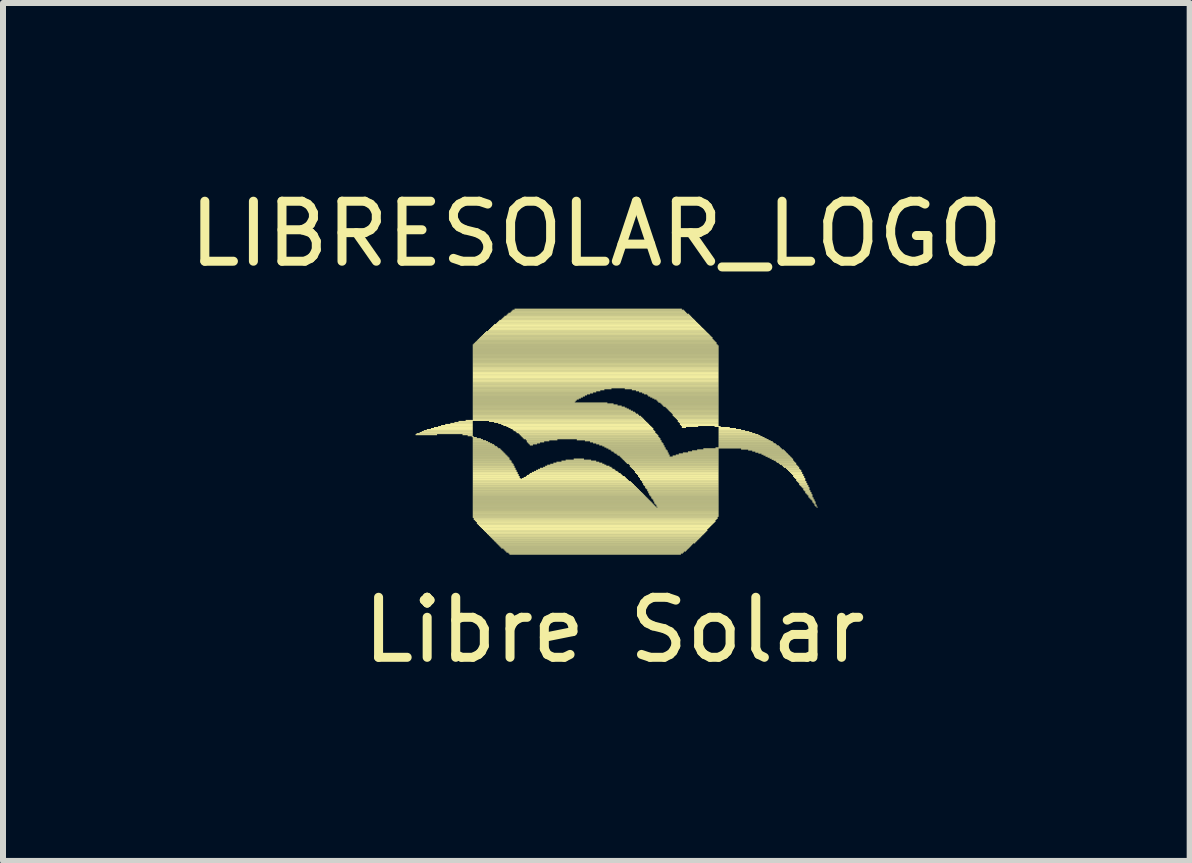
<source format=kicad_pcb>
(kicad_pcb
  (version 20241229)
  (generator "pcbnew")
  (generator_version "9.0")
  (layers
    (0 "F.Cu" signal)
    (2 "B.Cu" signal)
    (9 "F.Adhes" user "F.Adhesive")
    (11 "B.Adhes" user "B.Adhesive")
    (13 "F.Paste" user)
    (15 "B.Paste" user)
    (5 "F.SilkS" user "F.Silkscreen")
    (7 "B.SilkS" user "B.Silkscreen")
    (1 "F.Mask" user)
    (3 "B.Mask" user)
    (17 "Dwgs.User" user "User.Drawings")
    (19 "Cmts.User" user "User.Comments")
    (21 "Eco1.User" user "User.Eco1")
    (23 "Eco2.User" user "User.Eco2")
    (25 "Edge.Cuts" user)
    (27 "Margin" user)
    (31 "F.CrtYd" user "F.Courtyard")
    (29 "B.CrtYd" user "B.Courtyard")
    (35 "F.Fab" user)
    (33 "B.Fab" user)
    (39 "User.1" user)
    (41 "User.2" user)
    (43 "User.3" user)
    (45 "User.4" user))
  (footprint "LIBRESOLAR_LOGO"
    (layer "F.Cu")
    (at 4.887 6.148)
    (property "Reference" "LIBRESOLAR_LOGO" (at 2 -5.3 0) (layer "F.SilkS") (effects (font (size 1 1) (thickness 0.15))))
    (attr through_hole)
    (fp_poly (pts (xy -1.012 -1.946) (xy -0.654 -1.946) (xy -0.654 -1.964) (xy -1.012 -1.964)) (stroke (width 0) (type solid)) (fill yes) (layer "F.SilkS"))
    (fp_poly (pts (xy -0.995 -1.964) (xy -0.059 -1.964) (xy -0.059 -1.98) (xy -0.995 -1.98)) (stroke (width 0) (type solid)) (fill yes) (layer "F.SilkS"))
    (fp_poly (pts (xy -0.944 -1.98) (xy -0.059 -1.98) (xy -0.059 -1.998) (xy -0.944 -1.998)) (stroke (width 0) (type solid)) (fill yes) (layer "F.SilkS"))
    (fp_poly (pts (xy -0.909 -1.998) (xy -0.059 -1.998) (xy -0.059 -2.014) (xy -0.909 -2.014)) (stroke (width 0) (type solid)) (fill yes) (layer "F.SilkS"))
    (fp_poly (pts (xy -0.875 -2.014) (xy -0.059 -2.014) (xy -0.059 -2.031) (xy -0.875 -2.031)) (stroke (width 0) (type solid)) (fill yes) (layer "F.SilkS"))
    (fp_poly (pts (xy -0.825 -2.031) (xy -0.059 -2.031) (xy -0.059 -2.049) (xy -0.825 -2.049)) (stroke (width 0) (type solid)) (fill yes) (layer "F.SilkS"))
    (fp_poly (pts (xy -0.756 -2.049) (xy -0.059 -2.049) (xy -0.059 -2.066) (xy -0.756 -2.066)) (stroke (width 0) (type solid)) (fill yes) (layer "F.SilkS"))
    (fp_poly (pts (xy -0.706 -2.066) (xy -0.059 -2.066) (xy -0.059 -2.083) (xy -0.706 -2.083)) (stroke (width 0) (type solid)) (fill yes) (layer "F.SilkS"))
    (fp_poly (pts (xy -0.637 -2.083) (xy -0.059 -2.083) (xy -0.059 -2.099) (xy -0.637 -2.099)) (stroke (width 0) (type solid)) (fill yes) (layer "F.SilkS"))
    (fp_poly (pts (xy -0.587 -2.099) (xy -0.059 -2.099) (xy -0.059 -2.116) (xy -0.587 -2.116)) (stroke (width 0) (type solid)) (fill yes) (layer "F.SilkS"))
    (fp_poly (pts (xy -0.518 -2.116) (xy -0.059 -2.116) (xy -0.059 -2.134) (xy -0.518 -2.134)) (stroke (width 0) (type solid)) (fill yes) (layer "F.SilkS"))
    (fp_poly (pts (xy -0.433 -2.134) (xy -0.059 -2.134) (xy -0.059 -2.151) (xy -0.433 -2.151)) (stroke (width 0) (type solid)) (fill yes) (layer "F.SilkS"))
    (fp_poly (pts (xy -0.365 -2.151) (xy -0.059 -2.151) (xy -0.059 -2.167) (xy -0.365 -2.167)) (stroke (width 0) (type solid)) (fill yes) (layer "F.SilkS"))
    (fp_poly (pts (xy -0.297 -2.167) (xy -0.059 -2.167) (xy -0.059 -2.184) (xy -0.297 -2.184)) (stroke (width 0) (type solid)) (fill yes) (layer "F.SilkS"))
    (fp_poly (pts (xy -0.23 -1.946) (xy -0.059 -1.946) (xy -0.059 -1.964) (xy -0.23 -1.964)) (stroke (width 0) (type solid)) (fill yes) (layer "F.SilkS"))
    (fp_poly (pts (xy -0.178 -2.184) (xy 2.813 -2.184) (xy 2.813 -2.201) (xy -0.178 -2.201)) (stroke (width 0) (type solid)) (fill yes) (layer "F.SilkS"))
    (fp_poly (pts (xy -0.144 -1.929) (xy -0.059 -1.929) (xy -0.059 -1.946) (xy -0.144 -1.946)) (stroke (width 0) (type solid)) (fill yes) (layer "F.SilkS"))
    (fp_poly (pts (xy -0.076 -1.913) (xy -0.043 -1.913) (xy -0.043 -1.929) (xy -0.076 -1.929)) (stroke (width 0) (type solid)) (fill yes) (layer "F.SilkS"))
    (fp_poly (pts (xy -0.059 -3.442) (xy 4.021 -3.442) (xy 4.021 -3.459) (xy -0.059 -3.459)) (stroke (width 0) (type solid)) (fill yes) (layer "F.SilkS"))
    (fp_poly (pts (xy -0.059 -3.425) (xy 4.037 -3.425) (xy 4.037 -3.442) (xy -0.059 -3.442)) (stroke (width 0) (type solid)) (fill yes) (layer "F.SilkS"))
    (fp_poly (pts (xy -0.059 -3.409) (xy 4.037 -3.409) (xy 4.037 -3.425) (xy -0.059 -3.425)) (stroke (width 0) (type solid)) (fill yes) (layer "F.SilkS"))
    (fp_poly (pts (xy -0.059 -3.392) (xy 4.037 -3.392) (xy 4.037 -3.409) (xy -0.059 -3.409)) (stroke (width 0) (type solid)) (fill yes) (layer "F.SilkS"))
    (fp_poly (pts (xy -0.059 -3.374) (xy 4.037 -3.374) (xy 4.037 -3.392) (xy -0.059 -3.392)) (stroke (width 0) (type solid)) (fill yes) (layer "F.SilkS"))
    (fp_poly (pts (xy -0.059 -3.357) (xy 4.037 -3.357) (xy 4.037 -3.374) (xy -0.059 -3.374)) (stroke (width 0) (type solid)) (fill yes) (layer "F.SilkS"))
    (fp_poly (pts (xy -0.059 -3.341) (xy 4.037 -3.341) (xy 4.037 -3.357) (xy -0.059 -3.357)) (stroke (width 0) (type solid)) (fill yes) (layer "F.SilkS"))
    (fp_poly (pts (xy -0.059 -3.324) (xy 4.037 -3.324) (xy 4.037 -3.341) (xy -0.059 -3.341)) (stroke (width 0) (type solid)) (fill yes) (layer "F.SilkS"))
    (fp_poly (pts (xy -0.059 -3.307) (xy 4.037 -3.307) (xy 4.037 -3.324) (xy -0.059 -3.324)) (stroke (width 0) (type solid)) (fill yes) (layer "F.SilkS"))
    (fp_poly (pts (xy -0.059 -3.289) (xy 4.037 -3.289) (xy 4.037 -3.307) (xy -0.059 -3.307)) (stroke (width 0) (type solid)) (fill yes) (layer "F.SilkS"))
    (fp_poly (pts (xy -0.059 -3.272) (xy 4.037 -3.272) (xy 4.037 -3.289) (xy -0.059 -3.289)) (stroke (width 0) (type solid)) (fill yes) (layer "F.SilkS"))
    (fp_poly (pts (xy -0.059 -3.256) (xy 4.037 -3.256) (xy 4.037 -3.272) (xy -0.059 -3.272)) (stroke (width 0) (type solid)) (fill yes) (layer "F.SilkS"))
    (fp_poly (pts (xy -0.059 -3.239) (xy 4.037 -3.239) (xy 4.037 -3.256) (xy -0.059 -3.256)) (stroke (width 0) (type solid)) (fill yes) (layer "F.SilkS"))
    (fp_poly (pts (xy -0.059 -3.221) (xy 4.037 -3.221) (xy 4.037 -3.239) (xy -0.059 -3.239)) (stroke (width 0) (type solid)) (fill yes) (layer "F.SilkS"))
    (fp_poly (pts (xy -0.059 -3.204) (xy 4.037 -3.204) (xy 4.037 -3.221) (xy -0.059 -3.221)) (stroke (width 0) (type solid)) (fill yes) (layer "F.SilkS"))
    (fp_poly (pts (xy -0.059 -3.188) (xy 4.037 -3.188) (xy 4.037 -3.204) (xy -0.059 -3.204)) (stroke (width 0) (type solid)) (fill yes) (layer "F.SilkS"))
    (fp_poly (pts (xy -0.059 -3.171) (xy 4.037 -3.171) (xy 4.037 -3.188) (xy -0.059 -3.188)) (stroke (width 0) (type solid)) (fill yes) (layer "F.SilkS"))
    (fp_poly (pts (xy -0.059 -3.154) (xy 4.037 -3.154) (xy 4.037 -3.171) (xy -0.059 -3.171)) (stroke (width 0) (type solid)) (fill yes) (layer "F.SilkS"))
    (fp_poly (pts (xy -0.059 -3.136) (xy 4.037 -3.136) (xy 4.037 -3.154) (xy -0.059 -3.154)) (stroke (width 0) (type solid)) (fill yes) (layer "F.SilkS"))
    (fp_poly (pts (xy -0.059 -3.119) (xy 4.037 -3.119) (xy 4.037 -3.136) (xy -0.059 -3.136)) (stroke (width 0) (type solid)) (fill yes) (layer "F.SilkS"))
    (fp_poly (pts (xy -0.059 -3.103) (xy 4.037 -3.103) (xy 4.037 -3.119) (xy -0.059 -3.119)) (stroke (width 0) (type solid)) (fill yes) (layer "F.SilkS"))
    (fp_poly (pts (xy -0.059 -3.086) (xy 4.037 -3.086) (xy 4.037 -3.103) (xy -0.059 -3.103)) (stroke (width 0) (type solid)) (fill yes) (layer "F.SilkS"))
    (fp_poly (pts (xy -0.059 -3.068) (xy 4.037 -3.068) (xy 4.037 -3.086) (xy -0.059 -3.086)) (stroke (width 0) (type solid)) (fill yes) (layer "F.SilkS"))
    (fp_poly (pts (xy -0.059 -3.051) (xy 4.037 -3.051) (xy 4.037 -3.068) (xy -0.059 -3.068)) (stroke (width 0) (type solid)) (fill yes) (layer "F.SilkS"))
    (fp_poly (pts (xy -0.059 -3.034) (xy 4.037 -3.034) (xy 4.037 -3.051) (xy -0.059 -3.051)) (stroke (width 0) (type solid)) (fill yes) (layer "F.SilkS"))
    (fp_poly (pts (xy -0.059 -3.018) (xy 4.037 -3.018) (xy 4.037 -3.034) (xy -0.059 -3.034)) (stroke (width 0) (type solid)) (fill yes) (layer "F.SilkS"))
    (fp_poly (pts (xy -0.059 -3.001) (xy 4.037 -3.001) (xy 4.037 -3.018) (xy -0.059 -3.018)) (stroke (width 0) (type solid)) (fill yes) (layer "F.SilkS"))
    (fp_poly (pts (xy -0.059 -2.983) (xy 4.037 -2.983) (xy 4.037 -3.001) (xy -0.059 -3.001)) (stroke (width 0) (type solid)) (fill yes) (layer "F.SilkS"))
    (fp_poly (pts (xy -0.059 -2.966) (xy 4.037 -2.966) (xy 4.037 -2.983) (xy -0.059 -2.983)) (stroke (width 0) (type solid)) (fill yes) (layer "F.SilkS"))
    (fp_poly (pts (xy -0.059 -2.95) (xy 4.037 -2.95) (xy 4.037 -2.966) (xy -0.059 -2.966)) (stroke (width 0) (type solid)) (fill yes) (layer "F.SilkS"))
    (fp_poly (pts (xy -0.059 -2.933) (xy 4.037 -2.933) (xy 4.037 -2.95) (xy -0.059 -2.95)) (stroke (width 0) (type solid)) (fill yes) (layer "F.SilkS"))
    (fp_poly (pts (xy -0.059 -2.916) (xy 4.037 -2.916) (xy 4.037 -2.933) (xy -0.059 -2.933)) (stroke (width 0) (type solid)) (fill yes) (layer "F.SilkS"))
    (fp_poly (pts (xy -0.059 -2.898) (xy 4.037 -2.898) (xy 4.037 -2.916) (xy -0.059 -2.916)) (stroke (width 0) (type solid)) (fill yes) (layer "F.SilkS"))
    (fp_poly (pts (xy -0.059 -2.881) (xy 4.037 -2.881) (xy 4.037 -2.898) (xy -0.059 -2.898)) (stroke (width 0) (type solid)) (fill yes) (layer "F.SilkS"))
    (fp_poly (pts (xy -0.059 -2.865) (xy 4.037 -2.865) (xy 4.037 -2.881) (xy -0.059 -2.881)) (stroke (width 0) (type solid)) (fill yes) (layer "F.SilkS"))
    (fp_poly (pts (xy -0.059 -2.848) (xy 4.037 -2.848) (xy 4.037 -2.865) (xy -0.059 -2.865)) (stroke (width 0) (type solid)) (fill yes) (layer "F.SilkS"))
    (fp_poly (pts (xy -0.059 -2.83) (xy 4.037 -2.83) (xy 4.037 -2.848) (xy -0.059 -2.848)) (stroke (width 0) (type solid)) (fill yes) (layer "F.SilkS"))
    (fp_poly (pts (xy -0.059 -2.813) (xy 4.037 -2.813) (xy 4.037 -2.83) (xy -0.059 -2.83)) (stroke (width 0) (type solid)) (fill yes) (layer "F.SilkS"))
    (fp_poly (pts (xy -0.059 -2.796) (xy 4.037 -2.796) (xy 4.037 -2.813) (xy -0.059 -2.813)) (stroke (width 0) (type solid)) (fill yes) (layer "F.SilkS"))
    (fp_poly (pts (xy -0.059 -2.78) (xy 4.037 -2.78) (xy 4.037 -2.796) (xy -0.059 -2.796)) (stroke (width 0) (type solid)) (fill yes) (layer "F.SilkS"))
    (fp_poly (pts (xy -0.059 -2.763) (xy 4.037 -2.763) (xy 4.037 -2.78) (xy -0.059 -2.78)) (stroke (width 0) (type solid)) (fill yes) (layer "F.SilkS"))
    (fp_poly (pts (xy -0.059 -2.745) (xy 4.037 -2.745) (xy 4.037 -2.763) (xy -0.059 -2.763)) (stroke (width 0) (type solid)) (fill yes) (layer "F.SilkS"))
    (fp_poly (pts (xy -0.059 -2.728) (xy 4.037 -2.728) (xy 4.037 -2.745) (xy -0.059 -2.745)) (stroke (width 0) (type solid)) (fill yes) (layer "F.SilkS"))
    (fp_poly (pts (xy -0.059 -2.712) (xy 2.252 -2.712) (xy 2.252 -2.728) (xy -0.059 -2.728)) (stroke (width 0) (type solid)) (fill yes) (layer "F.SilkS"))
    (fp_poly (pts (xy -0.059 -2.695) (xy 2.134 -2.695) (xy 2.134 -2.712) (xy -0.059 -2.712)) (stroke (width 0) (type solid)) (fill yes) (layer "F.SilkS"))
    (fp_poly (pts (xy -0.059 -2.678) (xy 2.066 -2.678) (xy 2.066 -2.695) (xy -0.059 -2.695)) (stroke (width 0) (type solid)) (fill yes) (layer "F.SilkS"))
    (fp_poly (pts (xy -0.059 -2.66) (xy 1.998 -2.66) (xy 1.998 -2.678) (xy -0.059 -2.678)) (stroke (width 0) (type solid)) (fill yes) (layer "F.SilkS"))
    (fp_poly (pts (xy -0.059 -2.643) (xy 1.946 -2.643) (xy 1.946 -2.66) (xy -0.059 -2.66)) (stroke (width 0) (type solid)) (fill yes) (layer "F.SilkS"))
    (fp_poly (pts (xy -0.059 -2.627) (xy 1.895 -2.627) (xy 1.895 -2.643) (xy -0.059 -2.643)) (stroke (width 0) (type solid)) (fill yes) (layer "F.SilkS"))
    (fp_poly (pts (xy -0.059 -2.61) (xy 1.845 -2.61) (xy 1.845 -2.627) (xy -0.059 -2.627)) (stroke (width 0) (type solid)) (fill yes) (layer "F.SilkS"))
    (fp_poly (pts (xy -0.059 -2.592) (xy 1.81 -2.592) (xy 1.81 -2.61) (xy -0.059 -2.61)) (stroke (width 0) (type solid)) (fill yes) (layer "F.SilkS"))
    (fp_poly (pts (xy -0.059 -2.575) (xy 1.776 -2.575) (xy 1.776 -2.592) (xy -0.059 -2.592)) (stroke (width 0) (type solid)) (fill yes) (layer "F.SilkS"))
    (fp_poly (pts (xy -0.059 -2.558) (xy 1.742 -2.558) (xy 1.742 -2.575) (xy -0.059 -2.575)) (stroke (width 0) (type solid)) (fill yes) (layer "F.SilkS"))
    (fp_poly (pts (xy -0.059 -2.542) (xy 1.708 -2.542) (xy 1.708 -2.558) (xy -0.059 -2.558)) (stroke (width 0) (type solid)) (fill yes) (layer "F.SilkS"))
    (fp_poly (pts (xy -0.059 -2.525) (xy 1.675 -2.525) (xy 1.675 -2.542) (xy -0.059 -2.542)) (stroke (width 0) (type solid)) (fill yes) (layer "F.SilkS"))
    (fp_poly (pts (xy -0.059 -2.507) (xy 1.657 -2.507) (xy 1.657 -2.525) (xy -0.059 -2.525)) (stroke (width 0) (type solid)) (fill yes) (layer "F.SilkS"))
    (fp_poly (pts (xy -0.059 -2.49) (xy 1.641 -2.49) (xy 1.641 -2.507) (xy -0.059 -2.507)) (stroke (width 0) (type solid)) (fill yes) (layer "F.SilkS"))
    (fp_poly (pts (xy -0.059 -2.474) (xy 2.184 -2.474) (xy 2.184 -2.49) (xy -0.059 -2.49)) (stroke (width 0) (type solid)) (fill yes) (layer "F.SilkS"))
    (fp_poly (pts (xy -0.059 -2.457) (xy 2.287 -2.457) (xy 2.287 -2.474) (xy -0.059 -2.474)) (stroke (width 0) (type solid)) (fill yes) (layer "F.SilkS"))
    (fp_poly (pts (xy -0.059 -2.439) (xy 2.354 -2.439) (xy 2.354 -2.457) (xy -0.059 -2.457)) (stroke (width 0) (type solid)) (fill yes) (layer "F.SilkS"))
    (fp_poly (pts (xy -0.059 -2.422) (xy 2.422 -2.422) (xy 2.422 -2.439) (xy -0.059 -2.439)) (stroke (width 0) (type solid)) (fill yes) (layer "F.SilkS"))
    (fp_poly (pts (xy -0.059 -2.405) (xy 2.474 -2.405) (xy 2.474 -2.422) (xy -0.059 -2.422)) (stroke (width 0) (type solid)) (fill yes) (layer "F.SilkS"))
    (fp_poly (pts (xy -0.059 -2.389) (xy 2.507 -2.389) (xy 2.507 -2.405) (xy -0.059 -2.405)) (stroke (width 0) (type solid)) (fill yes) (layer "F.SilkS"))
    (fp_poly (pts (xy -0.059 -2.372) (xy 2.542 -2.372) (xy 2.542 -2.389) (xy -0.059 -2.389)) (stroke (width 0) (type solid)) (fill yes) (layer "F.SilkS"))
    (fp_poly (pts (xy -0.059 -2.354) (xy 2.575 -2.354) (xy 2.575 -2.372) (xy -0.059 -2.372)) (stroke (width 0) (type solid)) (fill yes) (layer "F.SilkS"))
    (fp_poly (pts (xy -0.059 -2.337) (xy 2.61 -2.337) (xy 2.61 -2.354) (xy -0.059 -2.354)) (stroke (width 0) (type solid)) (fill yes) (layer "F.SilkS"))
    (fp_poly (pts (xy -0.059 -2.321) (xy 2.643 -2.321) (xy 2.643 -2.337) (xy -0.059 -2.337)) (stroke (width 0) (type solid)) (fill yes) (layer "F.SilkS"))
    (fp_poly (pts (xy -0.059 -2.304) (xy 2.66 -2.304) (xy 2.66 -2.321) (xy -0.059 -2.321)) (stroke (width 0) (type solid)) (fill yes) (layer "F.SilkS"))
    (fp_poly (pts (xy -0.059 -2.287) (xy 2.695 -2.287) (xy 2.695 -2.304) (xy -0.059 -2.304)) (stroke (width 0) (type solid)) (fill yes) (layer "F.SilkS"))
    (fp_poly (pts (xy -0.059 -2.269) (xy 2.712 -2.269) (xy 2.712 -2.287) (xy -0.059 -2.287)) (stroke (width 0) (type solid)) (fill yes) (layer "F.SilkS"))
    (fp_poly (pts (xy -0.059 -2.252) (xy 2.745 -2.252) (xy 2.745 -2.269) (xy -0.059 -2.269)) (stroke (width 0) (type solid)) (fill yes) (layer "F.SilkS"))
    (fp_poly (pts (xy -0.059 -2.236) (xy 2.763 -2.236) (xy 2.763 -2.252) (xy -0.059 -2.252)) (stroke (width 0) (type solid)) (fill yes) (layer "F.SilkS"))
    (fp_poly (pts (xy -0.059 -2.219) (xy 2.78 -2.219) (xy 2.78 -2.236) (xy -0.059 -2.236)) (stroke (width 0) (type solid)) (fill yes) (layer "F.SilkS"))
    (fp_poly (pts (xy -0.059 -2.201) (xy 2.796 -2.201) (xy 2.796 -2.219) (xy -0.059 -2.219)) (stroke (width 0) (type solid)) (fill yes) (layer "F.SilkS"))
    (fp_poly (pts (xy -0.059 -1.895) (xy 0.009 -1.895) (xy 0.009 -1.913) (xy -0.059 -1.913)) (stroke (width 0) (type solid)) (fill yes) (layer "F.SilkS"))
    (fp_poly (pts (xy -0.059 -1.879) (xy 0.076 -1.879) (xy 0.076 -1.895) (xy -0.059 -1.895)) (stroke (width 0) (type solid)) (fill yes) (layer "F.SilkS"))
    (fp_poly (pts (xy -0.059 -1.861) (xy 0.111 -1.861) (xy 0.111 -1.879) (xy -0.059 -1.879)) (stroke (width 0) (type solid)) (fill yes) (layer "F.SilkS"))
    (fp_poly (pts (xy -0.059 -1.845) (xy 0.162 -1.845) (xy 0.162 -1.861) (xy -0.059 -1.861)) (stroke (width 0) (type solid)) (fill yes) (layer "F.SilkS"))
    (fp_poly (pts (xy -0.059 -1.827) (xy 0.196 -1.827) (xy 0.196 -1.845) (xy -0.059 -1.845)) (stroke (width 0) (type solid)) (fill yes) (layer "F.SilkS"))
    (fp_poly (pts (xy -0.059 -1.81) (xy 0.23 -1.81) (xy 0.23 -1.827) (xy -0.059 -1.827)) (stroke (width 0) (type solid)) (fill yes) (layer "F.SilkS"))
    (fp_poly (pts (xy -0.059 -1.794) (xy 0.264 -1.794) (xy 0.264 -1.81) (xy -0.059 -1.81)) (stroke (width 0) (type solid)) (fill yes) (layer "F.SilkS"))
    (fp_poly (pts (xy -0.059 -1.776) (xy 0.297 -1.776) (xy 0.297 -1.794) (xy -0.059 -1.794)) (stroke (width 0) (type solid)) (fill yes) (layer "F.SilkS"))
    (fp_poly (pts (xy -0.059 -1.76) (xy 0.315 -1.76) (xy 0.315 -1.776) (xy -0.059 -1.776)) (stroke (width 0) (type solid)) (fill yes) (layer "F.SilkS"))
    (fp_poly (pts (xy -0.059 -1.742) (xy 0.348 -1.742) (xy 0.348 -1.76) (xy -0.059 -1.76)) (stroke (width 0) (type solid)) (fill yes) (layer "F.SilkS"))
    (fp_poly (pts (xy -0.059 -1.726) (xy 0.365 -1.726) (xy 0.365 -1.742) (xy -0.059 -1.742)) (stroke (width 0) (type solid)) (fill yes) (layer "F.SilkS"))
    (fp_poly (pts (xy -0.059 -1.708) (xy 0.4 -1.708) (xy 0.4 -1.726) (xy -0.059 -1.726)) (stroke (width 0) (type solid)) (fill yes) (layer "F.SilkS"))
    (fp_poly (pts (xy -0.059 -1.692) (xy 0.416 -1.692) (xy 0.416 -1.708) (xy -0.059 -1.708)) (stroke (width 0) (type solid)) (fill yes) (layer "F.SilkS"))
    (fp_poly (pts (xy -0.059 -1.675) (xy 0.433 -1.675) (xy 0.433 -1.692) (xy -0.059 -1.692)) (stroke (width 0) (type solid)) (fill yes) (layer "F.SilkS"))
    (fp_poly (pts (xy -0.059 -1.657) (xy 0.451 -1.657) (xy 0.451 -1.675) (xy -0.059 -1.675)) (stroke (width 0) (type solid)) (fill yes) (layer "F.SilkS"))
    (fp_poly (pts (xy -0.059 -1.641) (xy 0.468 -1.641) (xy 0.468 -1.657) (xy -0.059 -1.657)) (stroke (width 0) (type solid)) (fill yes) (layer "F.SilkS"))
    (fp_poly (pts (xy -0.059 -1.623) (xy 0.484 -1.623) (xy 0.484 -1.641) (xy -0.059 -1.641)) (stroke (width 0) (type solid)) (fill yes) (layer "F.SilkS"))
    (fp_poly (pts (xy -0.059 -1.607) (xy 0.501 -1.607) (xy 0.501 -1.623) (xy -0.059 -1.623)) (stroke (width 0) (type solid)) (fill yes) (layer "F.SilkS"))
    (fp_poly (pts (xy -0.059 -1.589) (xy 0.518 -1.589) (xy 0.518 -1.607) (xy -0.059 -1.607)) (stroke (width 0) (type solid)) (fill yes) (layer "F.SilkS"))
    (fp_poly (pts (xy -0.059 -1.573) (xy 0.535 -1.573) (xy 0.535 -1.589) (xy -0.059 -1.589)) (stroke (width 0) (type solid)) (fill yes) (layer "F.SilkS"))
    (fp_poly (pts (xy -0.059 -1.556) (xy 0.552 -1.556) (xy 0.552 -1.573) (xy -0.059 -1.573)) (stroke (width 0) (type solid)) (fill yes) (layer "F.SilkS"))
    (fp_poly (pts (xy -0.059 -1.538) (xy 0.552 -1.538) (xy 0.552 -1.556) (xy -0.059 -1.556)) (stroke (width 0) (type solid)) (fill yes) (layer "F.SilkS"))
    (fp_poly (pts (xy -0.059 -1.522) (xy 0.57 -1.522) (xy 0.57 -1.538) (xy -0.059 -1.538)) (stroke (width 0) (type solid)) (fill yes) (layer "F.SilkS"))
    (fp_poly (pts (xy -0.059 -1.504) (xy 0.587 -1.504) (xy 0.587 -1.522) (xy -0.059 -1.522)) (stroke (width 0) (type solid)) (fill yes) (layer "F.SilkS"))
    (fp_poly (pts (xy -0.059 -1.488) (xy 0.587 -1.488) (xy 0.587 -1.504) (xy -0.059 -1.504)) (stroke (width 0) (type solid)) (fill yes) (layer "F.SilkS"))
    (fp_poly (pts (xy -0.059 -1.47) (xy 0.604 -1.47) (xy 0.604 -1.488) (xy -0.059 -1.488)) (stroke (width 0) (type solid)) (fill yes) (layer "F.SilkS"))
    (fp_poly (pts (xy -0.059 -1.454) (xy 0.621 -1.454) (xy 0.621 -1.47) (xy -0.059 -1.47)) (stroke (width 0) (type solid)) (fill yes) (layer "F.SilkS"))
    (fp_poly (pts (xy -0.059 -1.437) (xy 0.621 -1.437) (xy 0.621 -1.454) (xy -0.059 -1.454)) (stroke (width 0) (type solid)) (fill yes) (layer "F.SilkS"))
    (fp_poly (pts (xy -0.059 -1.419) (xy 0.637 -1.419) (xy 0.637 -1.437) (xy -0.059 -1.437)) (stroke (width 0) (type solid)) (fill yes) (layer "F.SilkS"))
    (fp_poly (pts (xy -0.059 -1.403) (xy 0.637 -1.403) (xy 0.637 -1.419) (xy -0.059 -1.419)) (stroke (width 0) (type solid)) (fill yes) (layer "F.SilkS"))
    (fp_poly (pts (xy -0.059 -1.385) (xy 0.654 -1.385) (xy 0.654 -1.403) (xy -0.059 -1.403)) (stroke (width 0) (type solid)) (fill yes) (layer "F.SilkS"))
    (fp_poly (pts (xy -0.059 -1.369) (xy 0.654 -1.369) (xy 0.654 -1.385) (xy -0.059 -1.385)) (stroke (width 0) (type solid)) (fill yes) (layer "F.SilkS"))
    (fp_poly (pts (xy -0.059 -1.351) (xy 0.671 -1.351) (xy 0.671 -1.369) (xy -0.059 -1.369)) (stroke (width 0) (type solid)) (fill yes) (layer "F.SilkS"))
    (fp_poly (pts (xy -0.059 -1.335) (xy 0.671 -1.335) (xy 0.671 -1.351) (xy -0.059 -1.351)) (stroke (width 0) (type solid)) (fill yes) (layer "F.SilkS"))
    (fp_poly (pts (xy -0.059 -1.317) (xy 0.689 -1.317) (xy 0.689 -1.335) (xy -0.059 -1.335)) (stroke (width 0) (type solid)) (fill yes) (layer "F.SilkS"))
    (fp_poly (pts (xy -0.059 -1.3) (xy 0.689 -1.3) (xy 0.689 -1.317) (xy -0.059 -1.317)) (stroke (width 0) (type solid)) (fill yes) (layer "F.SilkS"))
    (fp_poly (pts (xy -0.059 -1.284) (xy 0.706 -1.284) (xy 0.706 -1.3) (xy -0.059 -1.3)) (stroke (width 0) (type solid)) (fill yes) (layer "F.SilkS"))
    (fp_poly (pts (xy -0.059 -1.266) (xy 0.706 -1.266) (xy 0.706 -1.284) (xy -0.059 -1.284)) (stroke (width 0) (type solid)) (fill yes) (layer "F.SilkS"))
    (fp_poly (pts (xy -0.059 -1.25) (xy 0.723 -1.25) (xy 0.723 -1.266) (xy -0.059 -1.266)) (stroke (width 0) (type solid)) (fill yes) (layer "F.SilkS"))
    (fp_poly (pts (xy -0.059 -1.232) (xy 0.723 -1.232) (xy 0.723 -1.25) (xy -0.059 -1.25)) (stroke (width 0) (type solid)) (fill yes) (layer "F.SilkS"))
    (fp_poly (pts (xy -0.059 -1.216) (xy 0.74 -1.216) (xy 0.74 -1.232) (xy -0.059 -1.232)) (stroke (width 0) (type solid)) (fill yes) (layer "F.SilkS"))
    (fp_poly (pts (xy -0.059 -1.198) (xy 2.525 -1.198) (xy 2.525 -1.216) (xy -0.059 -1.216)) (stroke (width 0) (type solid)) (fill yes) (layer "F.SilkS"))
    (fp_poly (pts (xy -0.059 -1.181) (xy 2.542 -1.181) (xy 2.542 -1.198) (xy -0.059 -1.198)) (stroke (width 0) (type solid)) (fill yes) (layer "F.SilkS"))
    (fp_poly (pts (xy -0.059 -1.165) (xy 2.575 -1.165) (xy 2.575 -1.181) (xy -0.059 -1.181)) (stroke (width 0) (type solid)) (fill yes) (layer "F.SilkS"))
    (fp_poly (pts (xy -0.059 -1.147) (xy 2.592 -1.147) (xy 2.592 -1.165) (xy -0.059 -1.165)) (stroke (width 0) (type solid)) (fill yes) (layer "F.SilkS"))
    (fp_poly (pts (xy -0.059 -1.131) (xy 2.61 -1.131) (xy 2.61 -1.147) (xy -0.059 -1.147)) (stroke (width 0) (type solid)) (fill yes) (layer "F.SilkS"))
    (fp_poly (pts (xy -0.059 -1.113) (xy 2.627 -1.113) (xy 2.627 -1.131) (xy -0.059 -1.131)) (stroke (width 0) (type solid)) (fill yes) (layer "F.SilkS"))
    (fp_poly (pts (xy -0.059 -1.097) (xy 2.643 -1.097) (xy 2.643 -1.113) (xy -0.059 -1.113)) (stroke (width 0) (type solid)) (fill yes) (layer "F.SilkS"))
    (fp_poly (pts (xy -0.059 -1.079) (xy 2.66 -1.079) (xy 2.66 -1.097) (xy -0.059 -1.097)) (stroke (width 0) (type solid)) (fill yes) (layer "F.SilkS"))
    (fp_poly (pts (xy -0.059 -1.062) (xy 2.678 -1.062) (xy 2.678 -1.079) (xy -0.059 -1.079)) (stroke (width 0) (type solid)) (fill yes) (layer "F.SilkS"))
    (fp_poly (pts (xy -0.059 -1.046) (xy 2.695 -1.046) (xy 2.695 -1.062) (xy -0.059 -1.062)) (stroke (width 0) (type solid)) (fill yes) (layer "F.SilkS"))
    (fp_poly (pts (xy -0.059 -1.028) (xy 2.712 -1.028) (xy 2.712 -1.046) (xy -0.059 -1.046)) (stroke (width 0) (type solid)) (fill yes) (layer "F.SilkS"))
    (fp_poly (pts (xy -0.059 -1.012) (xy 2.728 -1.012) (xy 2.728 -1.028) (xy -0.059 -1.028)) (stroke (width 0) (type solid)) (fill yes) (layer "F.SilkS"))
    (fp_poly (pts (xy -0.059 -0.995) (xy 2.745 -0.995) (xy 2.745 -1.012) (xy -0.059 -1.012)) (stroke (width 0) (type solid)) (fill yes) (layer "F.SilkS"))
    (fp_poly (pts (xy -0.059 -0.978) (xy 2.763 -0.978) (xy 2.763 -0.995) (xy -0.059 -0.995)) (stroke (width 0) (type solid)) (fill yes) (layer "F.SilkS"))
    (fp_poly (pts (xy -0.059 -0.961) (xy 2.78 -0.961) (xy 2.78 -0.978) (xy -0.059 -0.978)) (stroke (width 0) (type solid)) (fill yes) (layer "F.SilkS"))
    (fp_poly (pts (xy -0.059 -0.944) (xy 2.796 -0.944) (xy 2.796 -0.961) (xy -0.059 -0.961)) (stroke (width 0) (type solid)) (fill yes) (layer "F.SilkS"))
    (fp_poly (pts (xy -0.059 -0.926) (xy 2.813 -0.926) (xy 2.813 -0.944) (xy -0.059 -0.944)) (stroke (width 0) (type solid)) (fill yes) (layer "F.SilkS"))
    (fp_poly (pts (xy -0.059 -0.909) (xy 2.83 -0.909) (xy 2.83 -0.926) (xy -0.059 -0.926)) (stroke (width 0) (type solid)) (fill yes) (layer "F.SilkS"))
    (fp_poly (pts (xy -0.059 -0.892) (xy 2.848 -0.892) (xy 2.848 -0.909) (xy -0.059 -0.909)) (stroke (width 0) (type solid)) (fill yes) (layer "F.SilkS"))
    (fp_poly (pts (xy -0.059 -0.875) (xy 2.865 -0.875) (xy 2.865 -0.892) (xy -0.059 -0.892)) (stroke (width 0) (type solid)) (fill yes) (layer "F.SilkS"))
    (fp_poly (pts (xy -0.059 -0.859) (xy 2.881 -0.859) (xy 2.881 -0.875) (xy -0.059 -0.875)) (stroke (width 0) (type solid)) (fill yes) (layer "F.SilkS"))
    (fp_poly (pts (xy -0.059 -0.842) (xy 2.898 -0.842) (xy 2.898 -0.859) (xy -0.059 -0.859)) (stroke (width 0) (type solid)) (fill yes) (layer "F.SilkS"))
    (fp_poly (pts (xy -0.059 -0.825) (xy 2.916 -0.825) (xy 2.916 -0.842) (xy -0.059 -0.842)) (stroke (width 0) (type solid)) (fill yes) (layer "F.SilkS"))
    (fp_poly (pts (xy -0.059 -0.807) (xy 2.933 -0.807) (xy 2.933 -0.825) (xy -0.059 -0.825)) (stroke (width 0) (type solid)) (fill yes) (layer "F.SilkS"))
    (fp_poly (pts (xy -0.059 -0.79) (xy 2.95 -0.79) (xy 2.95 -0.807) (xy -0.059 -0.807)) (stroke (width 0) (type solid)) (fill yes) (layer "F.SilkS"))
    (fp_poly (pts (xy -0.059 -0.773) (xy 2.966 -0.773) (xy 2.966 -0.79) (xy -0.059 -0.79)) (stroke (width 0) (type solid)) (fill yes) (layer "F.SilkS"))
    (fp_poly (pts (xy -0.059 -0.756) (xy 2.983 -0.756) (xy 2.983 -0.773) (xy -0.059 -0.773)) (stroke (width 0) (type solid)) (fill yes) (layer "F.SilkS"))
    (fp_poly (pts (xy -0.059 -0.74) (xy 3.001 -0.74) (xy 3.001 -0.756) (xy -0.059 -0.756)) (stroke (width 0) (type solid)) (fill yes) (layer "F.SilkS"))
    (fp_poly (pts (xy -0.059 -0.723) (xy 4.037 -0.723) (xy 4.037 -0.74) (xy -0.059 -0.74)) (stroke (width 0) (type solid)) (fill yes) (layer "F.SilkS"))
    (fp_poly (pts (xy -0.059 -0.706) (xy 4.037 -0.706) (xy 4.037 -0.723) (xy -0.059 -0.723)) (stroke (width 0) (type solid)) (fill yes) (layer "F.SilkS"))
    (fp_poly (pts (xy -0.059 -0.689) (xy 4.037 -0.689) (xy 4.037 -0.706) (xy -0.059 -0.706)) (stroke (width 0) (type solid)) (fill yes) (layer "F.SilkS"))
    (fp_poly (pts (xy -0.059 -0.671) (xy 4.037 -0.671) (xy 4.037 -0.689) (xy -0.059 -0.689)) (stroke (width 0) (type solid)) (fill yes) (layer "F.SilkS"))
    (fp_poly (pts (xy -0.059 -0.654) (xy 4.037 -0.654) (xy 4.037 -0.671) (xy -0.059 -0.671)) (stroke (width 0) (type solid)) (fill yes) (layer "F.SilkS"))
    (fp_poly (pts (xy -0.059 -0.637) (xy 4.037 -0.637) (xy 4.037 -0.654) (xy -0.059 -0.654)) (stroke (width 0) (type solid)) (fill yes) (layer "F.SilkS"))
    (fp_poly (pts (xy -0.059 -0.621) (xy 4.037 -0.621) (xy 4.037 -0.637) (xy -0.059 -0.637)) (stroke (width 0) (type solid)) (fill yes) (layer "F.SilkS"))
    (fp_poly (pts (xy -0.059 -0.604) (xy 4.037 -0.604) (xy 4.037 -0.621) (xy -0.059 -0.621)) (stroke (width 0) (type solid)) (fill yes) (layer "F.SilkS"))
    (fp_poly (pts (xy -0.059 -0.587) (xy 4.037 -0.587) (xy 4.037 -0.604) (xy -0.059 -0.604)) (stroke (width 0) (type solid)) (fill yes) (layer "F.SilkS"))
    (fp_poly (pts (xy -0.059 -0.57) (xy 4.021 -0.57) (xy 4.021 -0.587) (xy -0.059 -0.587)) (stroke (width 0) (type solid)) (fill yes) (layer "F.SilkS"))
    (fp_poly (pts (xy -0.043 -3.459) (xy 4.003 -3.459) (xy 4.003 -3.477) (xy -0.043 -3.477)) (stroke (width 0) (type solid)) (fill yes) (layer "F.SilkS"))
    (fp_poly (pts (xy -0.043 -0.552) (xy 4.021 -0.552) (xy 4.021 -0.57) (xy -0.043 -0.57)) (stroke (width 0) (type solid)) (fill yes) (layer "F.SilkS"))
    (fp_poly (pts (xy -0.043 -0.535) (xy 4.003 -0.535) (xy 4.003 -0.552) (xy -0.043 -0.552)) (stroke (width 0) (type solid)) (fill yes) (layer "F.SilkS"))
    (fp_poly (pts (xy -0.025 -3.477) (xy 4.003 -3.477) (xy 4.003 -3.494) (xy -0.025 -3.494)) (stroke (width 0) (type solid)) (fill yes) (layer "F.SilkS"))
    (fp_poly (pts (xy -0.025 -0.518) (xy 3.986 -0.518) (xy 3.986 -0.535) (xy -0.025 -0.535)) (stroke (width 0) (type solid)) (fill yes) (layer "F.SilkS"))
    (fp_poly (pts (xy -0.009 -3.494) (xy 3.986 -3.494) (xy 3.986 -3.51) (xy -0.009 -3.51)) (stroke (width 0) (type solid)) (fill yes) (layer "F.SilkS"))
    (fp_poly (pts (xy -0.009 -0.501) (xy 3.986 -0.501) (xy 3.986 -0.518) (xy -0.009 -0.518)) (stroke (width 0) (type solid)) (fill yes) (layer "F.SilkS"))
    (fp_poly (pts (xy 0.009 -3.51) (xy 3.97 -3.51) (xy 3.97 -3.527) (xy 0.009 -3.527)) (stroke (width 0) (type solid)) (fill yes) (layer "F.SilkS"))
    (fp_poly (pts (xy 0.009 -0.484) (xy 3.97 -0.484) (xy 3.97 -0.501) (xy 0.009 -0.501)) (stroke (width 0) (type solid)) (fill yes) (layer "F.SilkS"))
    (fp_poly (pts (xy 0.009 -0.468) (xy 3.953 -0.468) (xy 3.953 -0.484) (xy 0.009 -0.484)) (stroke (width 0) (type solid)) (fill yes) (layer "F.SilkS"))
    (fp_poly (pts (xy 0.025 -3.527) (xy 3.953 -3.527) (xy 3.953 -3.545) (xy 0.025 -3.545)) (stroke (width 0) (type solid)) (fill yes) (layer "F.SilkS"))
    (fp_poly (pts (xy 0.025 -0.451) (xy 3.936 -0.451) (xy 3.936 -0.468) (xy 0.025 -0.468)) (stroke (width 0) (type solid)) (fill yes) (layer "F.SilkS"))
    (fp_poly (pts (xy 0.043 -3.545) (xy 3.936 -3.545) (xy 3.936 -3.562) (xy 0.043 -3.562)) (stroke (width 0) (type solid)) (fill yes) (layer "F.SilkS"))
    (fp_poly (pts (xy 0.043 -0.433) (xy 3.918 -0.433) (xy 3.918 -0.451) (xy 0.043 -0.451)) (stroke (width 0) (type solid)) (fill yes) (layer "F.SilkS"))
    (fp_poly (pts (xy 0.059 -3.562) (xy 3.936 -3.562) (xy 3.936 -3.579) (xy 0.059 -3.579)) (stroke (width 0) (type solid)) (fill yes) (layer "F.SilkS"))
    (fp_poly (pts (xy 0.059 -0.416) (xy 3.901 -0.416) (xy 3.901 -0.433) (xy 0.059 -0.433)) (stroke (width 0) (type solid)) (fill yes) (layer "F.SilkS"))
    (fp_poly (pts (xy 0.076 -3.579) (xy 3.918 -3.579) (xy 3.918 -3.595) (xy 0.076 -3.595)) (stroke (width 0) (type solid)) (fill yes) (layer "F.SilkS"))
    (fp_poly (pts (xy 0.076 -0.4) (xy 3.885 -0.4) (xy 3.885 -0.416) (xy 0.076 -0.416)) (stroke (width 0) (type solid)) (fill yes) (layer "F.SilkS"))
    (fp_poly (pts (xy 0.093 -3.595) (xy 3.901 -3.595) (xy 3.901 -3.612) (xy 0.093 -3.612)) (stroke (width 0) (type solid)) (fill yes) (layer "F.SilkS"))
    (fp_poly (pts (xy 0.093 -0.383) (xy 3.868 -0.383) (xy 3.868 -0.4) (xy 0.093 -0.4)) (stroke (width 0) (type solid)) (fill yes) (layer "F.SilkS"))
    (fp_poly (pts (xy 0.111 -3.612) (xy 3.885 -3.612) (xy 3.885 -3.63) (xy 0.111 -3.63)) (stroke (width 0) (type solid)) (fill yes) (layer "F.SilkS"))
    (fp_poly (pts (xy 0.111 -0.365) (xy 3.85 -0.365) (xy 3.85 -0.383) (xy 0.111 -0.383)) (stroke (width 0) (type solid)) (fill yes) (layer "F.SilkS"))
    (fp_poly (pts (xy 0.128 -3.63) (xy 3.868 -3.63) (xy 3.868 -3.647) (xy 0.128 -3.647)) (stroke (width 0) (type solid)) (fill yes) (layer "F.SilkS"))
    (fp_poly (pts (xy 0.128 -0.348) (xy 3.85 -0.348) (xy 3.85 -0.365) (xy 0.128 -0.365)) (stroke (width 0) (type solid)) (fill yes) (layer "F.SilkS"))
    (fp_poly (pts (xy 0.144 -3.647) (xy 3.85 -3.647) (xy 3.85 -3.663) (xy 0.144 -3.663)) (stroke (width 0) (type solid)) (fill yes) (layer "F.SilkS"))
    (fp_poly (pts (xy 0.144 -0.332) (xy 3.833 -0.332) (xy 3.833 -0.348) (xy 0.144 -0.348)) (stroke (width 0) (type solid)) (fill yes) (layer "F.SilkS"))
    (fp_poly (pts (xy 0.162 -3.663) (xy 3.833 -3.663) (xy 3.833 -3.68) (xy 0.162 -3.68)) (stroke (width 0) (type solid)) (fill yes) (layer "F.SilkS"))
    (fp_poly (pts (xy 0.162 -0.315) (xy 3.817 -0.315) (xy 3.817 -0.332) (xy 0.162 -0.332)) (stroke (width 0) (type solid)) (fill yes) (layer "F.SilkS"))
    (fp_poly (pts (xy 0.178 -0.297) (xy 3.8 -0.297) (xy 3.8 -0.315) (xy 0.178 -0.315)) (stroke (width 0) (type solid)) (fill yes) (layer "F.SilkS"))
    (fp_poly (pts (xy 0.196 -3.68) (xy 3.817 -3.68) (xy 3.817 -3.697) (xy 0.196 -3.697)) (stroke (width 0) (type solid)) (fill yes) (layer "F.SilkS"))
    (fp_poly (pts (xy 0.196 -0.281) (xy 3.783 -0.281) (xy 3.783 -0.297) (xy 0.196 -0.297)) (stroke (width 0) (type solid)) (fill yes) (layer "F.SilkS"))
    (fp_poly (pts (xy 0.212 -3.697) (xy 3.8 -3.697) (xy 3.8 -3.715) (xy 0.212 -3.715)) (stroke (width 0) (type solid)) (fill yes) (layer "F.SilkS"))
    (fp_poly (pts (xy 0.212 -2.167) (xy 2.83 -2.167) (xy 2.83 -2.184) (xy 0.212 -2.184)) (stroke (width 0) (type solid)) (fill yes) (layer "F.SilkS"))
    (fp_poly (pts (xy 0.212 -0.264) (xy 3.765 -0.264) (xy 3.765 -0.281) (xy 0.212 -0.281)) (stroke (width 0) (type solid)) (fill yes) (layer "F.SilkS"))
    (fp_poly (pts (xy 0.23 -3.715) (xy 3.783 -3.715) (xy 3.783 -3.732) (xy 0.23 -3.732)) (stroke (width 0) (type solid)) (fill yes) (layer "F.SilkS"))
    (fp_poly (pts (xy 0.23 -0.246) (xy 3.748 -0.246) (xy 3.748 -0.264) (xy 0.23 -0.264)) (stroke (width 0) (type solid)) (fill yes) (layer "F.SilkS"))
    (fp_poly (pts (xy 0.246 -3.732) (xy 3.765 -3.732) (xy 3.765 -3.748) (xy 0.246 -3.748)) (stroke (width 0) (type solid)) (fill yes) (layer "F.SilkS"))
    (fp_poly (pts (xy 0.246 -0.23) (xy 3.732 -0.23) (xy 3.732 -0.246) (xy 0.246 -0.246)) (stroke (width 0) (type solid)) (fill yes) (layer "F.SilkS"))
    (fp_poly (pts (xy 0.264 -3.748) (xy 3.748 -3.748) (xy 3.748 -3.765) (xy 0.264 -3.765)) (stroke (width 0) (type solid)) (fill yes) (layer "F.SilkS"))
    (fp_poly (pts (xy 0.264 -0.212) (xy 3.715 -0.212) (xy 3.715 -0.23) (xy 0.264 -0.23)) (stroke (width 0) (type solid)) (fill yes) (layer "F.SilkS"))
    (fp_poly (pts (xy 0.281 -3.765) (xy 3.732 -3.765) (xy 3.732 -3.783) (xy 0.281 -3.783)) (stroke (width 0) (type solid)) (fill yes) (layer "F.SilkS"))
    (fp_poly (pts (xy 0.281 -0.196) (xy 3.697 -0.196) (xy 3.697 -0.212) (xy 0.281 -0.212)) (stroke (width 0) (type solid)) (fill yes) (layer "F.SilkS"))
    (fp_poly (pts (xy 0.297 -3.783) (xy 3.715 -3.783) (xy 3.715 -3.8) (xy 0.297 -3.8)) (stroke (width 0) (type solid)) (fill yes) (layer "F.SilkS"))
    (fp_poly (pts (xy 0.297 -2.151) (xy 2.848 -2.151) (xy 2.848 -2.167) (xy 0.297 -2.167)) (stroke (width 0) (type solid)) (fill yes) (layer "F.SilkS"))
    (fp_poly (pts (xy 0.297 -0.178) (xy 3.68 -0.178) (xy 3.68 -0.196) (xy 0.297 -0.196)) (stroke (width 0) (type solid)) (fill yes) (layer "F.SilkS"))
    (fp_poly (pts (xy 0.315 -0.162) (xy 3.663 -0.162) (xy 3.663 -0.178) (xy 0.315 -0.178)) (stroke (width 0) (type solid)) (fill yes) (layer "F.SilkS"))
    (fp_poly (pts (xy 0.332 -3.8) (xy 3.697 -3.8) (xy 3.697 -3.817) (xy 0.332 -3.817)) (stroke (width 0) (type solid)) (fill yes) (layer "F.SilkS"))
    (fp_poly (pts (xy 0.332 -0.144) (xy 3.647 -0.144) (xy 3.647 -0.162) (xy 0.332 -0.162)) (stroke (width 0) (type solid)) (fill yes) (layer "F.SilkS"))
    (fp_poly (pts (xy 0.348 -3.817) (xy 3.68 -3.817) (xy 3.68 -3.833) (xy 0.348 -3.833)) (stroke (width 0) (type solid)) (fill yes) (layer "F.SilkS"))
    (fp_poly (pts (xy 0.348 -0.128) (xy 3.612 -0.128) (xy 3.612 -0.144) (xy 0.348 -0.144)) (stroke (width 0) (type solid)) (fill yes) (layer "F.SilkS"))
    (fp_poly (pts (xy 0.365 -3.833) (xy 3.663 -3.833) (xy 3.663 -3.85) (xy 0.365 -3.85)) (stroke (width 0) (type solid)) (fill yes) (layer "F.SilkS"))
    (fp_poly (pts (xy 0.365 -2.134) (xy 2.865 -2.134) (xy 2.865 -2.151) (xy 0.365 -2.151)) (stroke (width 0) (type solid)) (fill yes) (layer "F.SilkS"))
    (fp_poly (pts (xy 0.365 -0.111) (xy 3.595 -0.111) (xy 3.595 -0.128) (xy 0.365 -0.128)) (stroke (width 0) (type solid)) (fill yes) (layer "F.SilkS"))
    (fp_poly (pts (xy 0.383 -3.85) (xy 3.647 -3.85) (xy 3.647 -3.868) (xy 0.383 -3.868)) (stroke (width 0) (type solid)) (fill yes) (layer "F.SilkS"))
    (fp_poly (pts (xy 0.383 -0.093) (xy 3.579 -0.093) (xy 3.579 -0.111) (xy 0.383 -0.111)) (stroke (width 0) (type solid)) (fill yes) (layer "F.SilkS"))
    (fp_poly (pts (xy 0.4 -0.076) (xy 3.562 -0.076) (xy 3.562 -0.093) (xy 0.4 -0.093)) (stroke (width 0) (type solid)) (fill yes) (layer "F.SilkS"))
    (fp_poly (pts (xy 0.416 -3.868) (xy 3.63 -3.868) (xy 3.63 -3.885) (xy 0.416 -3.885)) (stroke (width 0) (type solid)) (fill yes) (layer "F.SilkS"))
    (fp_poly (pts (xy 0.416 -2.116) (xy 2.881 -2.116) (xy 2.881 -2.134) (xy 0.416 -2.134)) (stroke (width 0) (type solid)) (fill yes) (layer "F.SilkS"))
    (fp_poly (pts (xy 0.416 -0.059) (xy 3.545 -0.059) (xy 3.545 -0.076) (xy 0.416 -0.076)) (stroke (width 0) (type solid)) (fill yes) (layer "F.SilkS"))
    (fp_poly (pts (xy 0.433 -3.885) (xy 3.612 -3.885) (xy 3.612 -3.901) (xy 0.433 -3.901)) (stroke (width 0) (type solid)) (fill yes) (layer "F.SilkS"))
    (fp_poly (pts (xy 0.451 -3.901) (xy 3.595 -3.901) (xy 3.595 -3.918) (xy 0.451 -3.918)) (stroke (width 0) (type solid)) (fill yes) (layer "F.SilkS"))
    (fp_poly (pts (xy 0.451 -2.099) (xy 2.898 -2.099) (xy 2.898 -2.116) (xy 0.451 -2.116)) (stroke (width 0) (type solid)) (fill yes) (layer "F.SilkS"))
    (fp_poly (pts (xy 0.451 -0.043) (xy 3.527 -0.043) (xy 3.527 -0.059) (xy 0.451 -0.059)) (stroke (width 0) (type solid)) (fill yes) (layer "F.SilkS"))
    (fp_poly (pts (xy 0.468 -3.918) (xy 3.579 -3.918) (xy 3.579 -3.936) (xy 0.468 -3.936)) (stroke (width 0) (type solid)) (fill yes) (layer "F.SilkS"))
    (fp_poly (pts (xy 0.468 -0.025) (xy 3.51 -0.025) (xy 3.51 -0.043) (xy 0.468 -0.043)) (stroke (width 0) (type solid)) (fill yes) (layer "F.SilkS"))
    (fp_poly (pts (xy 0.484 -0.009) (xy 3.494 -0.009) (xy 3.494 -0.025) (xy 0.484 -0.025)) (stroke (width 0) (type solid)) (fill yes) (layer "F.SilkS"))
    (fp_poly (pts (xy 0.501 -3.936) (xy 3.562 -3.936) (xy 3.562 -3.953) (xy 0.501 -3.953)) (stroke (width 0) (type solid)) (fill yes) (layer "F.SilkS"))
    (fp_poly (pts (xy 0.501 -2.083) (xy 2.916 -2.083) (xy 2.916 -2.099) (xy 0.501 -2.099)) (stroke (width 0) (type solid)) (fill yes) (layer "F.SilkS"))
    (fp_poly (pts (xy 0.501 0.009) (xy 3.459 0.009) (xy 3.459 -0.009) (xy 0.501 -0.009)) (stroke (width 0) (type solid)) (fill yes) (layer "F.SilkS"))
    (fp_poly (pts (xy 0.518 -3.953) (xy 3.545 -3.953) (xy 3.545 -3.97) (xy 0.518 -3.97)) (stroke (width 0) (type solid)) (fill yes) (layer "F.SilkS"))
    (fp_poly (pts (xy 0.535 -3.97) (xy 3.51 -3.97) (xy 3.51 -3.986) (xy 0.535 -3.986)) (stroke (width 0) (type solid)) (fill yes) (layer "F.SilkS"))
    (fp_poly (pts (xy 0.535 -2.066) (xy 2.933 -2.066) (xy 2.933 -2.083) (xy 0.535 -2.083)) (stroke (width 0) (type solid)) (fill yes) (layer "F.SilkS"))
    (fp_poly (pts (xy 0.535 0.025) (xy 3.442 0.025) (xy 3.442 0.009) (xy 0.535 0.009)) (stroke (width 0) (type solid)) (fill yes) (layer "F.SilkS"))
    (fp_poly (pts (xy 0.552 0.043) (xy 3.409 0.043) (xy 3.409 0.025) (xy 0.552 0.025)) (stroke (width 0) (type solid)) (fill yes) (layer "F.SilkS"))
    (fp_poly (pts (xy 0.57 -3.986) (xy 3.494 -3.986) (xy 3.494 -4.003) (xy 0.57 -4.003)) (stroke (width 0) (type solid)) (fill yes) (layer "F.SilkS"))
    (fp_poly (pts (xy 0.57 -2.049) (xy 2.95 -2.049) (xy 2.95 -2.066) (xy 0.57 -2.066)) (stroke (width 0) (type solid)) (fill yes) (layer "F.SilkS"))
    (fp_poly (pts (xy 0.587 -4.003) (xy 3.477 -4.003) (xy 3.477 -4.021) (xy 0.587 -4.021)) (stroke (width 0) (type solid)) (fill yes) (layer "F.SilkS"))
    (fp_poly (pts (xy 0.604 -4.021) (xy 3.459 -4.021) (xy 3.459 -4.037) (xy 0.604 -4.037)) (stroke (width 0) (type solid)) (fill yes) (layer "F.SilkS"))
    (fp_poly (pts (xy 0.604 -2.031) (xy 2.95 -2.031) (xy 2.95 -2.049) (xy 0.604 -2.049)) (stroke (width 0) (type solid)) (fill yes) (layer "F.SilkS"))
    (fp_poly (pts (xy 0.621 -2.014) (xy 2.966 -2.014) (xy 2.966 -2.031) (xy 0.621 -2.031)) (stroke (width 0) (type solid)) (fill yes) (layer "F.SilkS"))
    (fp_poly (pts (xy 0.637 -4.037) (xy 3.425 -4.037) (xy 3.425 -4.054) (xy 0.637 -4.054)) (stroke (width 0) (type solid)) (fill yes) (layer "F.SilkS"))
    (fp_poly (pts (xy 0.654 -1.998) (xy 2.983 -1.998) (xy 2.983 -2.014) (xy 0.654 -2.014)) (stroke (width 0) (type solid)) (fill yes) (layer "F.SilkS"))
    (fp_poly (pts (xy 0.671 -1.98) (xy 2.983 -1.98) (xy 2.983 -1.998) (xy 0.671 -1.998)) (stroke (width 0) (type solid)) (fill yes) (layer "F.SilkS"))
    (fp_poly (pts (xy 0.706 -1.964) (xy 3.001 -1.964) (xy 3.001 -1.98) (xy 0.706 -1.98)) (stroke (width 0) (type solid)) (fill yes) (layer "F.SilkS"))
    (fp_poly (pts (xy 0.723 -1.946) (xy 3.018 -1.946) (xy 3.018 -1.964) (xy 0.723 -1.964)) (stroke (width 0) (type solid)) (fill yes) (layer "F.SilkS"))
    (fp_poly (pts (xy 0.74 -1.929) (xy 3.034 -1.929) (xy 3.034 -1.946) (xy 0.74 -1.946)) (stroke (width 0) (type solid)) (fill yes) (layer "F.SilkS"))
    (fp_poly (pts (xy 0.756 -1.913) (xy 3.034 -1.913) (xy 3.034 -1.929) (xy 0.756 -1.929)) (stroke (width 0) (type solid)) (fill yes) (layer "F.SilkS"))
    (fp_poly (pts (xy 0.756 -1.216) (xy 2.507 -1.216) (xy 2.507 -1.232) (xy 0.756 -1.232)) (stroke (width 0) (type solid)) (fill yes) (layer "F.SilkS"))
    (fp_poly (pts (xy 0.773 -1.895) (xy 3.051 -1.895) (xy 3.051 -1.913) (xy 0.773 -1.913)) (stroke (width 0) (type solid)) (fill yes) (layer "F.SilkS"))
    (fp_poly (pts (xy 0.79 -1.879) (xy 3.068 -1.879) (xy 3.068 -1.895) (xy 0.79 -1.895)) (stroke (width 0) (type solid)) (fill yes) (layer "F.SilkS"))
    (fp_poly (pts (xy 0.79 -1.232) (xy 2.49 -1.232) (xy 2.49 -1.25) (xy 0.79 -1.25)) (stroke (width 0) (type solid)) (fill yes) (layer "F.SilkS"))
    (fp_poly (pts (xy 0.825 -1.861) (xy 1.351 -1.861) (xy 1.351 -1.879) (xy 0.825 -1.879)) (stroke (width 0) (type solid)) (fill yes) (layer "F.SilkS"))
    (fp_poly (pts (xy 0.825 -1.25) (xy 2.474 -1.25) (xy 2.474 -1.266) (xy 0.825 -1.266)) (stroke (width 0) (type solid)) (fill yes) (layer "F.SilkS"))
    (fp_poly (pts (xy 0.842 -1.845) (xy 1.216 -1.845) (xy 1.216 -1.861) (xy 0.842 -1.861)) (stroke (width 0) (type solid)) (fill yes) (layer "F.SilkS"))
    (fp_poly (pts (xy 0.842 -1.827) (xy 1.131 -1.827) (xy 1.131 -1.845) (xy 0.842 -1.845)) (stroke (width 0) (type solid)) (fill yes) (layer "F.SilkS"))
    (fp_poly (pts (xy 0.842 -1.266) (xy 2.439 -1.266) (xy 2.439 -1.284) (xy 0.842 -1.284)) (stroke (width 0) (type solid)) (fill yes) (layer "F.SilkS"))
    (fp_poly (pts (xy 0.859 -1.81) (xy 1.062 -1.81) (xy 1.062 -1.827) (xy 0.859 -1.827)) (stroke (width 0) (type solid)) (fill yes) (layer "F.SilkS"))
    (fp_poly (pts (xy 0.875 -1.794) (xy 1.012 -1.794) (xy 1.012 -1.81) (xy 0.875 -1.81)) (stroke (width 0) (type solid)) (fill yes) (layer "F.SilkS"))
    (fp_poly (pts (xy 0.875 -1.284) (xy 2.422 -1.284) (xy 2.422 -1.3) (xy 0.875 -1.3)) (stroke (width 0) (type solid)) (fill yes) (layer "F.SilkS"))
    (fp_poly (pts (xy 0.892 -1.776) (xy 0.944 -1.776) (xy 0.944 -1.794) (xy 0.892 -1.794)) (stroke (width 0) (type solid)) (fill yes) (layer "F.SilkS"))
    (fp_poly (pts (xy 0.892 -1.3) (xy 2.405 -1.3) (xy 2.405 -1.317) (xy 0.892 -1.317)) (stroke (width 0) (type solid)) (fill yes) (layer "F.SilkS"))
    (fp_poly (pts (xy 0.926 -1.317) (xy 2.372 -1.317) (xy 2.372 -1.335) (xy 0.926 -1.335)) (stroke (width 0) (type solid)) (fill yes) (layer "F.SilkS"))
    (fp_poly (pts (xy 0.961 -1.335) (xy 2.354 -1.335) (xy 2.354 -1.351) (xy 0.961 -1.351)) (stroke (width 0) (type solid)) (fill yes) (layer "F.SilkS"))
    (fp_poly (pts (xy 0.995 -1.351) (xy 2.321 -1.351) (xy 2.321 -1.369) (xy 0.995 -1.369)) (stroke (width 0) (type solid)) (fill yes) (layer "F.SilkS"))
    (fp_poly (pts (xy 1.028 -1.369) (xy 2.304 -1.369) (xy 2.304 -1.385) (xy 1.028 -1.385)) (stroke (width 0) (type solid)) (fill yes) (layer "F.SilkS"))
    (fp_poly (pts (xy 1.062 -1.385) (xy 2.269 -1.385) (xy 2.269 -1.403) (xy 1.062 -1.403)) (stroke (width 0) (type solid)) (fill yes) (layer "F.SilkS"))
    (fp_poly (pts (xy 1.113 -1.403) (xy 2.252 -1.403) (xy 2.252 -1.419) (xy 1.113 -1.419)) (stroke (width 0) (type solid)) (fill yes) (layer "F.SilkS"))
    (fp_poly (pts (xy 1.147 -1.419) (xy 2.219 -1.419) (xy 2.219 -1.437) (xy 1.147 -1.437)) (stroke (width 0) (type solid)) (fill yes) (layer "F.SilkS"))
    (fp_poly (pts (xy 1.181 -1.437) (xy 2.167 -1.437) (xy 2.167 -1.454) (xy 1.181 -1.454)) (stroke (width 0) (type solid)) (fill yes) (layer "F.SilkS"))
    (fp_poly (pts (xy 1.232 -1.454) (xy 2.134 -1.454) (xy 2.134 -1.47) (xy 1.232 -1.47)) (stroke (width 0) (type solid)) (fill yes) (layer "F.SilkS"))
    (fp_poly (pts (xy 1.284 -1.47) (xy 2.099 -1.47) (xy 2.099 -1.488) (xy 1.284 -1.488)) (stroke (width 0) (type solid)) (fill yes) (layer "F.SilkS"))
    (fp_poly (pts (xy 1.335 -1.488) (xy 2.049 -1.488) (xy 2.049 -1.504) (xy 1.335 -1.504)) (stroke (width 0) (type solid)) (fill yes) (layer "F.SilkS"))
    (fp_poly (pts (xy 1.419 -1.504) (xy 1.998 -1.504) (xy 1.998 -1.522) (xy 1.419 -1.522)) (stroke (width 0) (type solid)) (fill yes) (layer "F.SilkS"))
    (fp_poly (pts (xy 1.488 -1.522) (xy 1.913 -1.522) (xy 1.913 -1.538) (xy 1.488 -1.538)) (stroke (width 0) (type solid)) (fill yes) (layer "F.SilkS"))
    (fp_poly (pts (xy 1.623 -1.538) (xy 1.794 -1.538) (xy 1.794 -1.556) (xy 1.623 -1.556)) (stroke (width 0) (type solid)) (fill yes) (layer "F.SilkS"))
    (fp_poly (pts (xy 1.675 -1.861) (xy 3.068 -1.861) (xy 3.068 -1.879) (xy 1.675 -1.879)) (stroke (width 0) (type solid)) (fill yes) (layer "F.SilkS"))
    (fp_poly (pts (xy 1.81 -1.845) (xy 3.086 -1.845) (xy 3.086 -1.861) (xy 1.81 -1.861)) (stroke (width 0) (type solid)) (fill yes) (layer "F.SilkS"))
    (fp_poly (pts (xy 1.895 -1.827) (xy 3.086 -1.827) (xy 3.086 -1.845) (xy 1.895 -1.845)) (stroke (width 0) (type solid)) (fill yes) (layer "F.SilkS"))
    (fp_poly (pts (xy 1.946 -1.81) (xy 3.103 -1.81) (xy 3.103 -1.827) (xy 1.946 -1.827)) (stroke (width 0) (type solid)) (fill yes) (layer "F.SilkS"))
    (fp_poly (pts (xy 1.998 -1.794) (xy 3.119 -1.794) (xy 3.119 -1.81) (xy 1.998 -1.81)) (stroke (width 0) (type solid)) (fill yes) (layer "F.SilkS"))
    (fp_poly (pts (xy 2.049 -1.776) (xy 3.119 -1.776) (xy 3.119 -1.794) (xy 2.049 -1.794)) (stroke (width 0) (type solid)) (fill yes) (layer "F.SilkS"))
    (fp_poly (pts (xy 2.099 -1.76) (xy 3.136 -1.76) (xy 3.136 -1.776) (xy 2.099 -1.776)) (stroke (width 0) (type solid)) (fill yes) (layer "F.SilkS"))
    (fp_poly (pts (xy 2.134 -1.742) (xy 3.136 -1.742) (xy 3.136 -1.76) (xy 2.134 -1.76)) (stroke (width 0) (type solid)) (fill yes) (layer "F.SilkS"))
    (fp_poly (pts (xy 2.167 -1.726) (xy 3.154 -1.726) (xy 3.154 -1.742) (xy 2.167 -1.742)) (stroke (width 0) (type solid)) (fill yes) (layer "F.SilkS"))
    (fp_poly (pts (xy 2.201 -1.708) (xy 3.154 -1.708) (xy 3.154 -1.726) (xy 2.201 -1.726)) (stroke (width 0) (type solid)) (fill yes) (layer "F.SilkS"))
    (fp_poly (pts (xy 2.236 -1.692) (xy 3.171 -1.692) (xy 3.171 -1.708) (xy 2.236 -1.708)) (stroke (width 0) (type solid)) (fill yes) (layer "F.SilkS"))
    (fp_poly (pts (xy 2.252 -1.675) (xy 3.188 -1.675) (xy 3.188 -1.692) (xy 2.252 -1.692)) (stroke (width 0) (type solid)) (fill yes) (layer "F.SilkS"))
    (fp_poly (pts (xy 2.287 -1.657) (xy 3.188 -1.657) (xy 3.188 -1.675) (xy 2.287 -1.675)) (stroke (width 0) (type solid)) (fill yes) (layer "F.SilkS"))
    (fp_poly (pts (xy 2.304 -1.641) (xy 3.204 -1.641) (xy 3.204 -1.657) (xy 2.304 -1.657)) (stroke (width 0) (type solid)) (fill yes) (layer "F.SilkS"))
    (fp_poly (pts (xy 2.337 -1.623) (xy 3.204 -1.623) (xy 3.204 -1.641) (xy 2.337 -1.641)) (stroke (width 0) (type solid)) (fill yes) (layer "F.SilkS"))
    (fp_poly (pts (xy 2.354 -1.607) (xy 3.221 -1.607) (xy 3.221 -1.623) (xy 2.354 -1.623)) (stroke (width 0) (type solid)) (fill yes) (layer "F.SilkS"))
    (fp_poly (pts (xy 2.389 -1.589) (xy 3.221 -1.589) (xy 3.221 -1.607) (xy 2.389 -1.607)) (stroke (width 0) (type solid)) (fill yes) (layer "F.SilkS"))
    (fp_poly (pts (xy 2.405 -1.573) (xy 4.037 -1.573) (xy 4.037 -1.589) (xy 2.405 -1.589)) (stroke (width 0) (type solid)) (fill yes) (layer "F.SilkS"))
    (fp_poly (pts (xy 2.422 -1.556) (xy 4.037 -1.556) (xy 4.037 -1.573) (xy 2.422 -1.573)) (stroke (width 0) (type solid)) (fill yes) (layer "F.SilkS"))
    (fp_poly (pts (xy 2.439 -1.538) (xy 4.037 -1.538) (xy 4.037 -1.556) (xy 2.439 -1.556)) (stroke (width 0) (type solid)) (fill yes) (layer "F.SilkS"))
    (fp_poly (pts (xy 2.457 -1.522) (xy 4.037 -1.522) (xy 4.037 -1.538) (xy 2.457 -1.538)) (stroke (width 0) (type solid)) (fill yes) (layer "F.SilkS"))
    (fp_poly (pts (xy 2.474 -2.712) (xy 4.037 -2.712) (xy 4.037 -2.728) (xy 2.474 -2.728)) (stroke (width 0) (type solid)) (fill yes) (layer "F.SilkS"))
    (fp_poly (pts (xy 2.474 -1.504) (xy 4.037 -1.504) (xy 4.037 -1.522) (xy 2.474 -1.522)) (stroke (width 0) (type solid)) (fill yes) (layer "F.SilkS"))
    (fp_poly (pts (xy 2.49 -1.488) (xy 4.037 -1.488) (xy 4.037 -1.504) (xy 2.49 -1.504)) (stroke (width 0) (type solid)) (fill yes) (layer "F.SilkS"))
    (fp_poly (pts (xy 2.507 -1.47) (xy 4.037 -1.47) (xy 4.037 -1.488) (xy 2.507 -1.488)) (stroke (width 0) (type solid)) (fill yes) (layer "F.SilkS"))
    (fp_poly (pts (xy 2.542 -1.454) (xy 4.037 -1.454) (xy 4.037 -1.47) (xy 2.542 -1.47)) (stroke (width 0) (type solid)) (fill yes) (layer "F.SilkS"))
    (fp_poly (pts (xy 2.558 -1.437) (xy 4.037 -1.437) (xy 4.037 -1.454) (xy 2.558 -1.454)) (stroke (width 0) (type solid)) (fill yes) (layer "F.SilkS"))
    (fp_poly (pts (xy 2.558 -1.419) (xy 4.037 -1.419) (xy 4.037 -1.437) (xy 2.558 -1.437)) (stroke (width 0) (type solid)) (fill yes) (layer "F.SilkS"))
    (fp_poly (pts (xy 2.575 -1.403) (xy 4.037 -1.403) (xy 4.037 -1.419) (xy 2.575 -1.419)) (stroke (width 0) (type solid)) (fill yes) (layer "F.SilkS"))
    (fp_poly (pts (xy 2.592 -2.695) (xy 4.037 -2.695) (xy 4.037 -2.712) (xy 2.592 -2.712)) (stroke (width 0) (type solid)) (fill yes) (layer "F.SilkS"))
    (fp_poly (pts (xy 2.592 -1.385) (xy 4.037 -1.385) (xy 4.037 -1.403) (xy 2.592 -1.403)) (stroke (width 0) (type solid)) (fill yes) (layer "F.SilkS"))
    (fp_poly (pts (xy 2.61 -1.369) (xy 4.037 -1.369) (xy 4.037 -1.385) (xy 2.61 -1.385)) (stroke (width 0) (type solid)) (fill yes) (layer "F.SilkS"))
    (fp_poly (pts (xy 2.627 -1.351) (xy 4.037 -1.351) (xy 4.037 -1.369) (xy 2.627 -1.369)) (stroke (width 0) (type solid)) (fill yes) (layer "F.SilkS"))
    (fp_poly (pts (xy 2.643 -1.335) (xy 4.037 -1.335) (xy 4.037 -1.351) (xy 2.643 -1.351)) (stroke (width 0) (type solid)) (fill yes) (layer "F.SilkS"))
    (fp_poly (pts (xy 2.643 -1.317) (xy 4.037 -1.317) (xy 4.037 -1.335) (xy 2.643 -1.335)) (stroke (width 0) (type solid)) (fill yes) (layer "F.SilkS"))
    (fp_poly (pts (xy 2.66 -2.678) (xy 4.037 -2.678) (xy 4.037 -2.695) (xy 2.66 -2.695)) (stroke (width 0) (type solid)) (fill yes) (layer "F.SilkS"))
    (fp_poly (pts (xy 2.66 -1.3) (xy 4.037 -1.3) (xy 4.037 -1.317) (xy 2.66 -1.317)) (stroke (width 0) (type solid)) (fill yes) (layer "F.SilkS"))
    (fp_poly (pts (xy 2.678 -1.284) (xy 4.037 -1.284) (xy 4.037 -1.3) (xy 2.678 -1.3)) (stroke (width 0) (type solid)) (fill yes) (layer "F.SilkS"))
    (fp_poly (pts (xy 2.695 -1.266) (xy 4.037 -1.266) (xy 4.037 -1.284) (xy 2.695 -1.284)) (stroke (width 0) (type solid)) (fill yes) (layer "F.SilkS"))
    (fp_poly (pts (xy 2.695 -1.25) (xy 4.037 -1.25) (xy 4.037 -1.266) (xy 2.695 -1.266)) (stroke (width 0) (type solid)) (fill yes) (layer "F.SilkS"))
    (fp_poly (pts (xy 2.712 -2.66) (xy 4.037 -2.66) (xy 4.037 -2.678) (xy 2.712 -2.678)) (stroke (width 0) (type solid)) (fill yes) (layer "F.SilkS"))
    (fp_poly (pts (xy 2.712 -1.232) (xy 4.037 -1.232) (xy 4.037 -1.25) (xy 2.712 -1.25)) (stroke (width 0) (type solid)) (fill yes) (layer "F.SilkS"))
    (fp_poly (pts (xy 2.728 -1.216) (xy 4.037 -1.216) (xy 4.037 -1.232) (xy 2.728 -1.232)) (stroke (width 0) (type solid)) (fill yes) (layer "F.SilkS"))
    (fp_poly (pts (xy 2.728 -1.198) (xy 4.037 -1.198) (xy 4.037 -1.216) (xy 2.728 -1.216)) (stroke (width 0) (type solid)) (fill yes) (layer "F.SilkS"))
    (fp_poly (pts (xy 2.745 -1.181) (xy 4.037 -1.181) (xy 4.037 -1.198) (xy 2.745 -1.198)) (stroke (width 0) (type solid)) (fill yes) (layer "F.SilkS"))
    (fp_poly (pts (xy 2.763 -2.643) (xy 4.037 -2.643) (xy 4.037 -2.66) (xy 2.763 -2.66)) (stroke (width 0) (type solid)) (fill yes) (layer "F.SilkS"))
    (fp_poly (pts (xy 2.763 -1.165) (xy 4.037 -1.165) (xy 4.037 -1.181) (xy 2.763 -1.181)) (stroke (width 0) (type solid)) (fill yes) (layer "F.SilkS"))
    (fp_poly (pts (xy 2.763 -1.147) (xy 4.037 -1.147) (xy 4.037 -1.165) (xy 2.763 -1.165)) (stroke (width 0) (type solid)) (fill yes) (layer "F.SilkS"))
    (fp_poly (pts (xy 2.78 -1.131) (xy 4.037 -1.131) (xy 4.037 -1.147) (xy 2.78 -1.147)) (stroke (width 0) (type solid)) (fill yes) (layer "F.SilkS"))
    (fp_poly (pts (xy 2.78 -1.113) (xy 4.037 -1.113) (xy 4.037 -1.131) (xy 2.78 -1.131)) (stroke (width 0) (type solid)) (fill yes) (layer "F.SilkS"))
    (fp_poly (pts (xy 2.796 -2.627) (xy 4.037 -2.627) (xy 4.037 -2.643) (xy 2.796 -2.643)) (stroke (width 0) (type solid)) (fill yes) (layer "F.SilkS"))
    (fp_poly (pts (xy 2.796 -1.097) (xy 4.037 -1.097) (xy 4.037 -1.113) (xy 2.796 -1.113)) (stroke (width 0) (type solid)) (fill yes) (layer "F.SilkS"))
    (fp_poly (pts (xy 2.813 -1.079) (xy 4.037 -1.079) (xy 4.037 -1.097) (xy 2.813 -1.097)) (stroke (width 0) (type solid)) (fill yes) (layer "F.SilkS"))
    (fp_poly (pts (xy 2.813 -1.062) (xy 4.037 -1.062) (xy 4.037 -1.079) (xy 2.813 -1.079)) (stroke (width 0) (type solid)) (fill yes) (layer "F.SilkS"))
    (fp_poly (pts (xy 2.83 -1.046) (xy 4.037 -1.046) (xy 4.037 -1.062) (xy 2.83 -1.062)) (stroke (width 0) (type solid)) (fill yes) (layer "F.SilkS"))
    (fp_poly (pts (xy 2.848 -2.61) (xy 4.037 -2.61) (xy 4.037 -2.627) (xy 2.848 -2.627)) (stroke (width 0) (type solid)) (fill yes) (layer "F.SilkS"))
    (fp_poly (pts (xy 2.848 -1.028) (xy 4.037 -1.028) (xy 4.037 -1.046) (xy 2.848 -1.046)) (stroke (width 0) (type solid)) (fill yes) (layer "F.SilkS"))
    (fp_poly (pts (xy 2.848 -1.012) (xy 4.037 -1.012) (xy 4.037 -1.028) (xy 2.848 -1.028)) (stroke (width 0) (type solid)) (fill yes) (layer "F.SilkS"))
    (fp_poly (pts (xy 2.865 -2.592) (xy 4.037 -2.592) (xy 4.037 -2.61) (xy 2.865 -2.61)) (stroke (width 0) (type solid)) (fill yes) (layer "F.SilkS"))
    (fp_poly (pts (xy 2.865 -0.995) (xy 4.037 -0.995) (xy 4.037 -1.012) (xy 2.865 -1.012)) (stroke (width 0) (type solid)) (fill yes) (layer "F.SilkS"))
    (fp_poly (pts (xy 2.865 -0.978) (xy 4.037 -0.978) (xy 4.037 -0.995) (xy 2.865 -0.995)) (stroke (width 0) (type solid)) (fill yes) (layer "F.SilkS"))
    (fp_poly (pts (xy 2.881 -0.961) (xy 4.037 -0.961) (xy 4.037 -0.978) (xy 2.881 -0.978)) (stroke (width 0) (type solid)) (fill yes) (layer "F.SilkS"))
    (fp_poly (pts (xy 2.881 -0.944) (xy 4.037 -0.944) (xy 4.037 -0.961) (xy 2.881 -0.961)) (stroke (width 0) (type solid)) (fill yes) (layer "F.SilkS"))
    (fp_poly (pts (xy 2.898 -2.575) (xy 4.037 -2.575) (xy 4.037 -2.592) (xy 2.898 -2.592)) (stroke (width 0) (type solid)) (fill yes) (layer "F.SilkS"))
    (fp_poly (pts (xy 2.898 -0.926) (xy 4.037 -0.926) (xy 4.037 -0.944) (xy 2.898 -0.944)) (stroke (width 0) (type solid)) (fill yes) (layer "F.SilkS"))
    (fp_poly (pts (xy 2.916 -0.909) (xy 4.037 -0.909) (xy 4.037 -0.926) (xy 2.916 -0.926)) (stroke (width 0) (type solid)) (fill yes) (layer "F.SilkS"))
    (fp_poly (pts (xy 2.916 -0.892) (xy 4.037 -0.892) (xy 4.037 -0.909) (xy 2.916 -0.909)) (stroke (width 0) (type solid)) (fill yes) (layer "F.SilkS"))
    (fp_poly (pts (xy 2.933 -2.558) (xy 4.037 -2.558) (xy 4.037 -2.575) (xy 2.933 -2.575)) (stroke (width 0) (type solid)) (fill yes) (layer "F.SilkS"))
    (fp_poly (pts (xy 2.933 -0.875) (xy 4.037 -0.875) (xy 4.037 -0.892) (xy 2.933 -0.892)) (stroke (width 0) (type solid)) (fill yes) (layer "F.SilkS"))
    (fp_poly (pts (xy 2.95 -0.859) (xy 4.037 -0.859) (xy 4.037 -0.875) (xy 2.95 -0.875)) (stroke (width 0) (type solid)) (fill yes) (layer "F.SilkS"))
    (fp_poly (pts (xy 2.95 -0.842) (xy 4.037 -0.842) (xy 4.037 -0.859) (xy 2.95 -0.859)) (stroke (width 0) (type solid)) (fill yes) (layer "F.SilkS"))
    (fp_poly (pts (xy 2.966 -2.542) (xy 4.037 -2.542) (xy 4.037 -2.558) (xy 2.966 -2.558)) (stroke (width 0) (type solid)) (fill yes) (layer "F.SilkS"))
    (fp_poly (pts (xy 2.966 -0.825) (xy 4.037 -0.825) (xy 4.037 -0.842) (xy 2.966 -0.842)) (stroke (width 0) (type solid)) (fill yes) (layer "F.SilkS"))
    (fp_poly (pts (xy 2.966 -0.807) (xy 4.037 -0.807) (xy 4.037 -0.825) (xy 2.966 -0.825)) (stroke (width 0) (type solid)) (fill yes) (layer "F.SilkS"))
    (fp_poly (pts (xy 2.983 -0.79) (xy 4.037 -0.79) (xy 4.037 -0.807) (xy 2.983 -0.807)) (stroke (width 0) (type solid)) (fill yes) (layer "F.SilkS"))
    (fp_poly (pts (xy 3.001 -2.525) (xy 4.037 -2.525) (xy 4.037 -2.542) (xy 3.001 -2.542)) (stroke (width 0) (type solid)) (fill yes) (layer "F.SilkS"))
    (fp_poly (pts (xy 3.001 -0.773) (xy 4.037 -0.773) (xy 4.037 -0.79) (xy 3.001 -0.79)) (stroke (width 0) (type solid)) (fill yes) (layer "F.SilkS"))
    (fp_poly (pts (xy 3.001 -0.756) (xy 4.037 -0.756) (xy 4.037 -0.773) (xy 3.001 -0.773)) (stroke (width 0) (type solid)) (fill yes) (layer "F.SilkS"))
    (fp_poly (pts (xy 3.018 -2.507) (xy 4.037 -2.507) (xy 4.037 -2.525) (xy 3.018 -2.525)) (stroke (width 0) (type solid)) (fill yes) (layer "F.SilkS"))
    (fp_poly (pts (xy 3.018 -0.74) (xy 4.037 -0.74) (xy 4.037 -0.756) (xy 3.018 -0.756)) (stroke (width 0) (type solid)) (fill yes) (layer "F.SilkS"))
    (fp_poly (pts (xy 3.034 -2.49) (xy 4.037 -2.49) (xy 4.037 -2.507) (xy 3.034 -2.507)) (stroke (width 0) (type solid)) (fill yes) (layer "F.SilkS"))
    (fp_poly (pts (xy 3.068 -2.474) (xy 4.037 -2.474) (xy 4.037 -2.49) (xy 3.068 -2.49)) (stroke (width 0) (type solid)) (fill yes) (layer "F.SilkS"))
    (fp_poly (pts (xy 3.086 -2.457) (xy 4.037 -2.457) (xy 4.037 -2.474) (xy 3.086 -2.474)) (stroke (width 0) (type solid)) (fill yes) (layer "F.SilkS"))
    (fp_poly (pts (xy 3.103 -2.439) (xy 4.037 -2.439) (xy 4.037 -2.457) (xy 3.103 -2.457)) (stroke (width 0) (type solid)) (fill yes) (layer "F.SilkS"))
    (fp_poly (pts (xy 3.119 -2.422) (xy 4.037 -2.422) (xy 4.037 -2.439) (xy 3.119 -2.439)) (stroke (width 0) (type solid)) (fill yes) (layer "F.SilkS"))
    (fp_poly (pts (xy 3.154 -2.405) (xy 4.037 -2.405) (xy 4.037 -2.422) (xy 3.154 -2.422)) (stroke (width 0) (type solid)) (fill yes) (layer "F.SilkS"))
    (fp_poly (pts (xy 3.171 -2.389) (xy 4.037 -2.389) (xy 4.037 -2.405) (xy 3.171 -2.405)) (stroke (width 0) (type solid)) (fill yes) (layer "F.SilkS"))
    (fp_poly (pts (xy 3.188 -2.372) (xy 4.037 -2.372) (xy 4.037 -2.389) (xy 3.188 -2.389)) (stroke (width 0) (type solid)) (fill yes) (layer "F.SilkS"))
    (fp_poly (pts (xy 3.204 -2.354) (xy 4.037 -2.354) (xy 4.037 -2.372) (xy 3.204 -2.372)) (stroke (width 0) (type solid)) (fill yes) (layer "F.SilkS"))
    (fp_poly (pts (xy 3.221 -2.337) (xy 4.037 -2.337) (xy 4.037 -2.354) (xy 3.221 -2.354)) (stroke (width 0) (type solid)) (fill yes) (layer "F.SilkS"))
    (fp_poly (pts (xy 3.239 -2.321) (xy 4.037 -2.321) (xy 4.037 -2.337) (xy 3.239 -2.337)) (stroke (width 0) (type solid)) (fill yes) (layer "F.SilkS"))
    (fp_poly (pts (xy 3.256 -2.304) (xy 4.037 -2.304) (xy 4.037 -2.321) (xy 3.256 -2.321)) (stroke (width 0) (type solid)) (fill yes) (layer "F.SilkS"))
    (fp_poly (pts (xy 3.272 -2.287) (xy 4.037 -2.287) (xy 4.037 -2.304) (xy 3.272 -2.304)) (stroke (width 0) (type solid)) (fill yes) (layer "F.SilkS"))
    (fp_poly (pts (xy 3.272 -2.269) (xy 4.037 -2.269) (xy 4.037 -2.287) (xy 3.272 -2.287)) (stroke (width 0) (type solid)) (fill yes) (layer "F.SilkS"))
    (fp_poly (pts (xy 3.272 -1.589) (xy 4.037 -1.589) (xy 4.037 -1.607) (xy 3.272 -1.607)) (stroke (width 0) (type solid)) (fill yes) (layer "F.SilkS"))
    (fp_poly (pts (xy 3.289 -2.252) (xy 4.037 -2.252) (xy 4.037 -2.269) (xy 3.289 -2.269)) (stroke (width 0) (type solid)) (fill yes) (layer "F.SilkS"))
    (fp_poly (pts (xy 3.307 -2.236) (xy 4.037 -2.236) (xy 4.037 -2.252) (xy 3.307 -2.252)) (stroke (width 0) (type solid)) (fill yes) (layer "F.SilkS"))
    (fp_poly (pts (xy 3.324 -2.219) (xy 4.037 -2.219) (xy 4.037 -2.236) (xy 3.324 -2.236)) (stroke (width 0) (type solid)) (fill yes) (layer "F.SilkS"))
    (fp_poly (pts (xy 3.324 -1.607) (xy 4.037 -1.607) (xy 4.037 -1.623) (xy 3.324 -1.623)) (stroke (width 0) (type solid)) (fill yes) (layer "F.SilkS"))
    (fp_poly (pts (xy 3.341 -2.201) (xy 4.037 -2.201) (xy 4.037 -2.219) (xy 3.341 -2.219)) (stroke (width 0) (type solid)) (fill yes) (layer "F.SilkS"))
    (fp_poly (pts (xy 3.357 -2.184) (xy 4.037 -2.184) (xy 4.037 -2.201) (xy 3.357 -2.201)) (stroke (width 0) (type solid)) (fill yes) (layer "F.SilkS"))
    (fp_poly (pts (xy 3.357 -2.167) (xy 4.037 -2.167) (xy 4.037 -2.184) (xy 3.357 -2.184)) (stroke (width 0) (type solid)) (fill yes) (layer "F.SilkS"))
    (fp_poly (pts (xy 3.374 -2.151) (xy 4.037 -2.151) (xy 4.037 -2.167) (xy 3.374 -2.167)) (stroke (width 0) (type solid)) (fill yes) (layer "F.SilkS"))
    (fp_poly (pts (xy 3.374 -1.623) (xy 4.037 -1.623) (xy 4.037 -1.641) (xy 3.374 -1.641)) (stroke (width 0) (type solid)) (fill yes) (layer "F.SilkS"))
    (fp_poly (pts (xy 3.392 -2.134) (xy 4.037 -2.134) (xy 4.037 -2.151) (xy 3.392 -2.151)) (stroke (width 0) (type solid)) (fill yes) (layer "F.SilkS"))
    (fp_poly (pts (xy 3.392 -2.116) (xy 4.037 -2.116) (xy 4.037 -2.134) (xy 3.392 -2.134)) (stroke (width 0) (type solid)) (fill yes) (layer "F.SilkS"))
    (fp_poly (pts (xy 3.409 -2.099) (xy 4.037 -2.099) (xy 4.037 -2.116) (xy 3.409 -2.116)) (stroke (width 0) (type solid)) (fill yes) (layer "F.SilkS"))
    (fp_poly (pts (xy 3.425 -2.083) (xy 3.697 -2.083) (xy 3.697 -2.099) (xy 3.425 -2.099)) (stroke (width 0) (type solid)) (fill yes) (layer "F.SilkS"))
    (fp_poly (pts (xy 3.425 -2.066) (xy 3.494 -2.066) (xy 3.494 -2.083) (xy 3.425 -2.083)) (stroke (width 0) (type solid)) (fill yes) (layer "F.SilkS"))
    (fp_poly (pts (xy 3.442 -1.641) (xy 4.037 -1.641) (xy 4.037 -1.657) (xy 3.442 -1.657)) (stroke (width 0) (type solid)) (fill yes) (layer "F.SilkS"))
    (fp_poly (pts (xy 3.527 -1.657) (xy 4.037 -1.657) (xy 4.037 -1.675) (xy 3.527 -1.675)) (stroke (width 0) (type solid)) (fill yes) (layer "F.SilkS"))
    (fp_poly (pts (xy 3.595 -1.675) (xy 4.037 -1.675) (xy 4.037 -1.692) (xy 3.595 -1.692)) (stroke (width 0) (type solid)) (fill yes) (layer "F.SilkS"))
    (fp_poly (pts (xy 3.68 -1.692) (xy 4.037 -1.692) (xy 4.037 -1.708) (xy 3.68 -1.708)) (stroke (width 0) (type solid)) (fill yes) (layer "F.SilkS"))
    (fp_poly (pts (xy 3.783 -1.708) (xy 4.037 -1.708) (xy 4.037 -1.726) (xy 3.783 -1.726)) (stroke (width 0) (type solid)) (fill yes) (layer "F.SilkS"))
    (fp_poly (pts (xy 3.97 -2.083) (xy 4.072 -2.083) (xy 4.072 -2.099) (xy 3.97 -2.099)) (stroke (width 0) (type solid)) (fill yes) (layer "F.SilkS"))
    (fp_poly (pts (xy 3.986 -1.726) (xy 5.074 -1.726) (xy 5.074 -1.742) (xy 3.986 -1.742)) (stroke (width 0) (type solid)) (fill yes) (layer "F.SilkS"))
    (fp_poly (pts (xy 4.037 -2.066) (xy 4.224 -2.066) (xy 4.224 -2.083) (xy 4.037 -2.083)) (stroke (width 0) (type solid)) (fill yes) (layer "F.SilkS"))
    (fp_poly (pts (xy 4.037 -2.049) (xy 4.327 -2.049) (xy 4.327 -2.066) (xy 4.037 -2.066)) (stroke (width 0) (type solid)) (fill yes) (layer "F.SilkS"))
    (fp_poly (pts (xy 4.037 -2.031) (xy 4.412 -2.031) (xy 4.412 -2.049) (xy 4.037 -2.049)) (stroke (width 0) (type solid)) (fill yes) (layer "F.SilkS"))
    (fp_poly (pts (xy 4.037 -2.014) (xy 4.479 -2.014) (xy 4.479 -2.031) (xy 4.037 -2.031)) (stroke (width 0) (type solid)) (fill yes) (layer "F.SilkS"))
    (fp_poly (pts (xy 4.037 -1.998) (xy 4.548 -1.998) (xy 4.548 -2.014) (xy 4.037 -2.014)) (stroke (width 0) (type solid)) (fill yes) (layer "F.SilkS"))
    (fp_poly (pts (xy 4.037 -1.98) (xy 4.598 -1.98) (xy 4.598 -1.998) (xy 4.037 -1.998)) (stroke (width 0) (type solid)) (fill yes) (layer "F.SilkS"))
    (fp_poly (pts (xy 4.037 -1.964) (xy 4.649 -1.964) (xy 4.649 -1.98) (xy 4.037 -1.98)) (stroke (width 0) (type solid)) (fill yes) (layer "F.SilkS"))
    (fp_poly (pts (xy 4.037 -1.946) (xy 4.7 -1.946) (xy 4.7 -1.964) (xy 4.037 -1.964)) (stroke (width 0) (type solid)) (fill yes) (layer "F.SilkS"))
    (fp_poly (pts (xy 4.037 -1.929) (xy 4.734 -1.929) (xy 4.734 -1.946) (xy 4.037 -1.946)) (stroke (width 0) (type solid)) (fill yes) (layer "F.SilkS"))
    (fp_poly (pts (xy 4.037 -1.913) (xy 4.769 -1.913) (xy 4.769 -1.929) (xy 4.037 -1.929)) (stroke (width 0) (type solid)) (fill yes) (layer "F.SilkS"))
    (fp_poly (pts (xy 4.037 -1.895) (xy 4.803 -1.895) (xy 4.803 -1.913) (xy 4.037 -1.913)) (stroke (width 0) (type solid)) (fill yes) (layer "F.SilkS"))
    (fp_poly (pts (xy 4.037 -1.879) (xy 4.837 -1.879) (xy 4.837 -1.895) (xy 4.037 -1.895)) (stroke (width 0) (type solid)) (fill yes) (layer "F.SilkS"))
    (fp_poly (pts (xy 4.037 -1.861) (xy 4.87 -1.861) (xy 4.87 -1.879) (xy 4.037 -1.879)) (stroke (width 0) (type solid)) (fill yes) (layer "F.SilkS"))
    (fp_poly (pts (xy 4.037 -1.845) (xy 4.904 -1.845) (xy 4.904 -1.861) (xy 4.037 -1.861)) (stroke (width 0) (type solid)) (fill yes) (layer "F.SilkS"))
    (fp_poly (pts (xy 4.037 -1.827) (xy 4.939 -1.827) (xy 4.939 -1.845) (xy 4.037 -1.845)) (stroke (width 0) (type solid)) (fill yes) (layer "F.SilkS"))
    (fp_poly (pts (xy 4.037 -1.81) (xy 4.955 -1.81) (xy 4.955 -1.827) (xy 4.037 -1.827)) (stroke (width 0) (type solid)) (fill yes) (layer "F.SilkS"))
    (fp_poly (pts (xy 4.037 -1.794) (xy 4.989 -1.794) (xy 4.989 -1.81) (xy 4.037 -1.81)) (stroke (width 0) (type solid)) (fill yes) (layer "F.SilkS"))
    (fp_poly (pts (xy 4.037 -1.776) (xy 5.006 -1.776) (xy 5.006 -1.794) (xy 4.037 -1.794)) (stroke (width 0) (type solid)) (fill yes) (layer "F.SilkS"))
    (fp_poly (pts (xy 4.037 -1.76) (xy 5.04 -1.76) (xy 5.04 -1.776) (xy 4.037 -1.776)) (stroke (width 0) (type solid)) (fill yes) (layer "F.SilkS"))
    (fp_poly (pts (xy 4.037 -1.742) (xy 5.058 -1.742) (xy 5.058 -1.76) (xy 4.037 -1.76)) (stroke (width 0) (type solid)) (fill yes) (layer "F.SilkS"))
    (fp_poly (pts (xy 4.412 -1.708) (xy 5.091 -1.708) (xy 5.091 -1.726) (xy 4.412 -1.726)) (stroke (width 0) (type solid)) (fill yes) (layer "F.SilkS"))
    (fp_poly (pts (xy 4.53 -1.692) (xy 5.125 -1.692) (xy 5.125 -1.708) (xy 4.53 -1.708)) (stroke (width 0) (type solid)) (fill yes) (layer "F.SilkS"))
    (fp_poly (pts (xy 4.598 -1.675) (xy 5.143 -1.675) (xy 5.143 -1.692) (xy 4.598 -1.692)) (stroke (width 0) (type solid)) (fill yes) (layer "F.SilkS"))
    (fp_poly (pts (xy 4.649 -1.657) (xy 5.16 -1.657) (xy 5.16 -1.675) (xy 4.649 -1.675)) (stroke (width 0) (type solid)) (fill yes) (layer "F.SilkS"))
    (fp_poly (pts (xy 4.7 -1.641) (xy 5.176 -1.641) (xy 5.176 -1.657) (xy 4.7 -1.657)) (stroke (width 0) (type solid)) (fill yes) (layer "F.SilkS"))
    (fp_poly (pts (xy 4.752 -1.623) (xy 5.194 -1.623) (xy 5.194 -1.641) (xy 4.752 -1.641)) (stroke (width 0) (type solid)) (fill yes) (layer "F.SilkS"))
    (fp_poly (pts (xy 4.785 -1.607) (xy 5.21 -1.607) (xy 5.21 -1.623) (xy 4.785 -1.623)) (stroke (width 0) (type solid)) (fill yes) (layer "F.SilkS"))
    (fp_poly (pts (xy 4.819 -1.589) (xy 5.228 -1.589) (xy 5.228 -1.607) (xy 4.819 -1.607)) (stroke (width 0) (type solid)) (fill yes) (layer "F.SilkS"))
    (fp_poly (pts (xy 4.854 -1.573) (xy 5.245 -1.573) (xy 5.245 -1.589) (xy 4.854 -1.589)) (stroke (width 0) (type solid)) (fill yes) (layer "F.SilkS"))
    (fp_poly (pts (xy 4.888 -1.556) (xy 5.261 -1.556) (xy 5.261 -1.573) (xy 4.888 -1.573)) (stroke (width 0) (type solid)) (fill yes) (layer "F.SilkS"))
    (fp_poly (pts (xy 4.921 -1.538) (xy 5.279 -1.538) (xy 5.279 -1.556) (xy 4.921 -1.556)) (stroke (width 0) (type solid)) (fill yes) (layer "F.SilkS"))
    (fp_poly (pts (xy 4.955 -1.522) (xy 5.279 -1.522) (xy 5.279 -1.538) (xy 4.955 -1.538)) (stroke (width 0) (type solid)) (fill yes) (layer "F.SilkS"))
    (fp_poly (pts (xy 4.989 -1.504) (xy 5.295 -1.504) (xy 5.295 -1.522) (xy 4.989 -1.522)) (stroke (width 0) (type solid)) (fill yes) (layer "F.SilkS"))
    (fp_poly (pts (xy 5.006 -1.488) (xy 5.312 -1.488) (xy 5.312 -1.504) (xy 5.006 -1.504)) (stroke (width 0) (type solid)) (fill yes) (layer "F.SilkS"))
    (fp_poly (pts (xy 5.04 -1.47) (xy 5.33 -1.47) (xy 5.33 -1.488) (xy 5.04 -1.488)) (stroke (width 0) (type solid)) (fill yes) (layer "F.SilkS"))
    (fp_poly (pts (xy 5.058 -1.454) (xy 5.33 -1.454) (xy 5.33 -1.47) (xy 5.058 -1.47)) (stroke (width 0) (type solid)) (fill yes) (layer "F.SilkS"))
    (fp_poly (pts (xy 5.091 -1.437) (xy 5.346 -1.437) (xy 5.346 -1.454) (xy 5.091 -1.454)) (stroke (width 0) (type solid)) (fill yes) (layer "F.SilkS"))
    (fp_poly (pts (xy 5.109 -1.419) (xy 5.364 -1.419) (xy 5.364 -1.437) (xy 5.109 -1.437)) (stroke (width 0) (type solid)) (fill yes) (layer "F.SilkS"))
    (fp_poly (pts (xy 5.125 -1.403) (xy 5.38 -1.403) (xy 5.38 -1.419) (xy 5.125 -1.419)) (stroke (width 0) (type solid)) (fill yes) (layer "F.SilkS"))
    (fp_poly (pts (xy 5.16 -1.385) (xy 5.38 -1.385) (xy 5.38 -1.403) (xy 5.16 -1.403)) (stroke (width 0) (type solid)) (fill yes) (layer "F.SilkS"))
    (fp_poly (pts (xy 5.176 -1.369) (xy 5.397 -1.369) (xy 5.397 -1.385) (xy 5.176 -1.385)) (stroke (width 0) (type solid)) (fill yes) (layer "F.SilkS"))
    (fp_poly (pts (xy 5.194 -1.351) (xy 5.415 -1.351) (xy 5.415 -1.369) (xy 5.194 -1.369)) (stroke (width 0) (type solid)) (fill yes) (layer "F.SilkS"))
    (fp_poly (pts (xy 5.21 -1.335) (xy 5.415 -1.335) (xy 5.415 -1.351) (xy 5.21 -1.351)) (stroke (width 0) (type solid)) (fill yes) (layer "F.SilkS"))
    (fp_poly (pts (xy 5.228 -1.317) (xy 5.431 -1.317) (xy 5.431 -1.335) (xy 5.228 -1.335)) (stroke (width 0) (type solid)) (fill yes) (layer "F.SilkS"))
    (fp_poly (pts (xy 5.245 -1.3) (xy 5.431 -1.3) (xy 5.431 -1.317) (xy 5.245 -1.317)) (stroke (width 0) (type solid)) (fill yes) (layer "F.SilkS"))
    (fp_poly (pts (xy 5.261 -1.284) (xy 5.449 -1.284) (xy 5.449 -1.3) (xy 5.261 -1.3)) (stroke (width 0) (type solid)) (fill yes) (layer "F.SilkS"))
    (fp_poly (pts (xy 5.279 -1.266) (xy 5.449 -1.266) (xy 5.449 -1.284) (xy 5.279 -1.284)) (stroke (width 0) (type solid)) (fill yes) (layer "F.SilkS"))
    (fp_poly (pts (xy 5.279 -1.25) (xy 5.465 -1.25) (xy 5.465 -1.266) (xy 5.279 -1.266)) (stroke (width 0) (type solid)) (fill yes) (layer "F.SilkS"))
    (fp_poly (pts (xy 5.295 -1.232) (xy 5.465 -1.232) (xy 5.465 -1.25) (xy 5.295 -1.25)) (stroke (width 0) (type solid)) (fill yes) (layer "F.SilkS"))
    (fp_poly (pts (xy 5.312 -1.216) (xy 5.482 -1.216) (xy 5.482 -1.232) (xy 5.312 -1.232)) (stroke (width 0) (type solid)) (fill yes) (layer "F.SilkS"))
    (fp_poly (pts (xy 5.33 -1.198) (xy 5.482 -1.198) (xy 5.482 -1.216) (xy 5.33 -1.216)) (stroke (width 0) (type solid)) (fill yes) (layer "F.SilkS"))
    (fp_poly (pts (xy 5.33 -1.181) (xy 5.482 -1.181) (xy 5.482 -1.198) (xy 5.33 -1.198)) (stroke (width 0) (type solid)) (fill yes) (layer "F.SilkS"))
    (fp_poly (pts (xy 5.346 -1.165) (xy 5.5 -1.165) (xy 5.5 -1.181) (xy 5.346 -1.181)) (stroke (width 0) (type solid)) (fill yes) (layer "F.SilkS"))
    (fp_poly (pts (xy 5.364 -1.147) (xy 5.5 -1.147) (xy 5.5 -1.165) (xy 5.364 -1.165)) (stroke (width 0) (type solid)) (fill yes) (layer "F.SilkS"))
    (fp_poly (pts (xy 5.38 -1.131) (xy 5.516 -1.131) (xy 5.516 -1.147) (xy 5.38 -1.147)) (stroke (width 0) (type solid)) (fill yes) (layer "F.SilkS"))
    (fp_poly (pts (xy 5.38 -1.113) (xy 5.516 -1.113) (xy 5.516 -1.131) (xy 5.38 -1.131)) (stroke (width 0) (type solid)) (fill yes) (layer "F.SilkS"))
    (fp_poly (pts (xy 5.397 -1.097) (xy 5.534 -1.097) (xy 5.534 -1.113) (xy 5.397 -1.113)) (stroke (width 0) (type solid)) (fill yes) (layer "F.SilkS"))
    (fp_poly (pts (xy 5.415 -1.079) (xy 5.534 -1.079) (xy 5.534 -1.097) (xy 5.415 -1.097)) (stroke (width 0) (type solid)) (fill yes) (layer "F.SilkS"))
    (fp_poly (pts (xy 5.431 -1.062) (xy 5.551 -1.062) (xy 5.551 -1.079) (xy 5.431 -1.079)) (stroke (width 0) (type solid)) (fill yes) (layer "F.SilkS"))
    (fp_poly (pts (xy 5.449 -1.046) (xy 5.551 -1.046) (xy 5.551 -1.062) (xy 5.449 -1.062)) (stroke (width 0) (type solid)) (fill yes) (layer "F.SilkS"))
    (fp_poly (pts (xy 5.449 -1.028) (xy 5.551 -1.028) (xy 5.551 -1.046) (xy 5.449 -1.046)) (stroke (width 0) (type solid)) (fill yes) (layer "F.SilkS"))
    (fp_poly (pts (xy 5.465 -1.012) (xy 5.567 -1.012) (xy 5.567 -1.028) (xy 5.465 -1.028)) (stroke (width 0) (type solid)) (fill yes) (layer "F.SilkS"))
    (fp_poly (pts (xy 5.482 -0.995) (xy 5.567 -0.995) (xy 5.567 -1.012) (xy 5.482 -1.012)) (stroke (width 0) (type solid)) (fill yes) (layer "F.SilkS"))
    (fp_poly (pts (xy 5.482 -0.978) (xy 5.585 -0.978) (xy 5.585 -0.995) (xy 5.482 -0.995)) (stroke (width 0) (type solid)) (fill yes) (layer "F.SilkS"))
    (fp_poly (pts (xy 5.5 -0.961) (xy 5.585 -0.961) (xy 5.585 -0.978) (xy 5.5 -0.978)) (stroke (width 0) (type solid)) (fill yes) (layer "F.SilkS"))
    (fp_poly (pts (xy 5.516 -0.944) (xy 5.601 -0.944) (xy 5.601 -0.961) (xy 5.516 -0.961)) (stroke (width 0) (type solid)) (fill yes) (layer "F.SilkS"))
    (fp_poly (pts (xy 5.534 -0.926) (xy 5.601 -0.926) (xy 5.601 -0.944) (xy 5.534 -0.944)) (stroke (width 0) (type solid)) (fill yes) (layer "F.SilkS"))
    (fp_poly (pts (xy 5.534 -0.909) (xy 5.601 -0.909) (xy 5.601 -0.926) (xy 5.534 -0.926)) (stroke (width 0) (type solid)) (fill yes) (layer "F.SilkS"))
    (fp_poly (pts (xy 5.551 -0.892) (xy 5.619 -0.892) (xy 5.619 -0.909) (xy 5.551 -0.909)) (stroke (width 0) (type solid)) (fill yes) (layer "F.SilkS"))
    (fp_poly (pts (xy 5.567 -0.875) (xy 5.619 -0.875) (xy 5.619 -0.892) (xy 5.567 -0.892)) (stroke (width 0) (type solid)) (fill yes) (layer "F.SilkS"))
    (fp_poly (pts (xy 5.585 -0.859) (xy 5.636 -0.859) (xy 5.636 -0.875) (xy 5.585 -0.875)) (stroke (width 0) (type solid)) (fill yes) (layer "F.SilkS"))
    (fp_poly (pts (xy 5.601 -0.842) (xy 5.636 -0.842) (xy 5.636 -0.859) (xy 5.601 -0.859)) (stroke (width 0) (type solid)) (fill yes) (layer "F.SilkS"))
    (fp_poly (pts (xy 5.601 -0.825) (xy 5.652 -0.825) (xy 5.652 -0.842) (xy 5.601 -0.842)) (stroke (width 0) (type solid)) (fill yes) (layer "F.SilkS"))
    (fp_poly (pts (xy 5.619 -0.807) (xy 5.652 -0.807) (xy 5.652 -0.825) (xy 5.619 -0.825)) (stroke (width 0) (type solid)) (fill yes) (layer "F.SilkS"))
    (fp_poly (pts (xy 5.636 -0.79) (xy 5.652 -0.79) (xy 5.652 -0.807) (xy 5.636 -0.807)) (stroke (width 0) (type solid)) (fill yes) (layer "F.SilkS"))
    (fp_poly (pts (xy 5.636 -0.773) (xy 5.67 -0.773) (xy 5.67 -0.79) (xy 5.636 -0.79)) (stroke (width 0) (type solid)) (fill yes) (layer "F.SilkS"))
    (fp_poly (pts (xy 5.652 -0.756) (xy 5.67 -0.756) (xy 5.67 -0.773) (xy 5.652 -0.773)) (stroke (width 0) (type solid)) (fill yes) (layer "F.SilkS"))
    (fp_poly (pts (xy 5.67 -0.74) (xy 5.686 -0.74) (xy 5.686 -0.756) (xy 5.67 -0.756)) (stroke (width 0) (type solid)) (fill yes) (layer "F.SilkS"))
    (fp_text user "Libre Solar" (at 2.3 1.3 0) (layer "F.SilkS") (effects (font (size 1 1) (thickness 0.15)))))
  (gr_rect
    (start -3 -3)
    (end 16.774 11.296)
    (stroke (width 0.1) (type default))
    (fill no)
    (layer "Edge.Cuts")))
</source>
